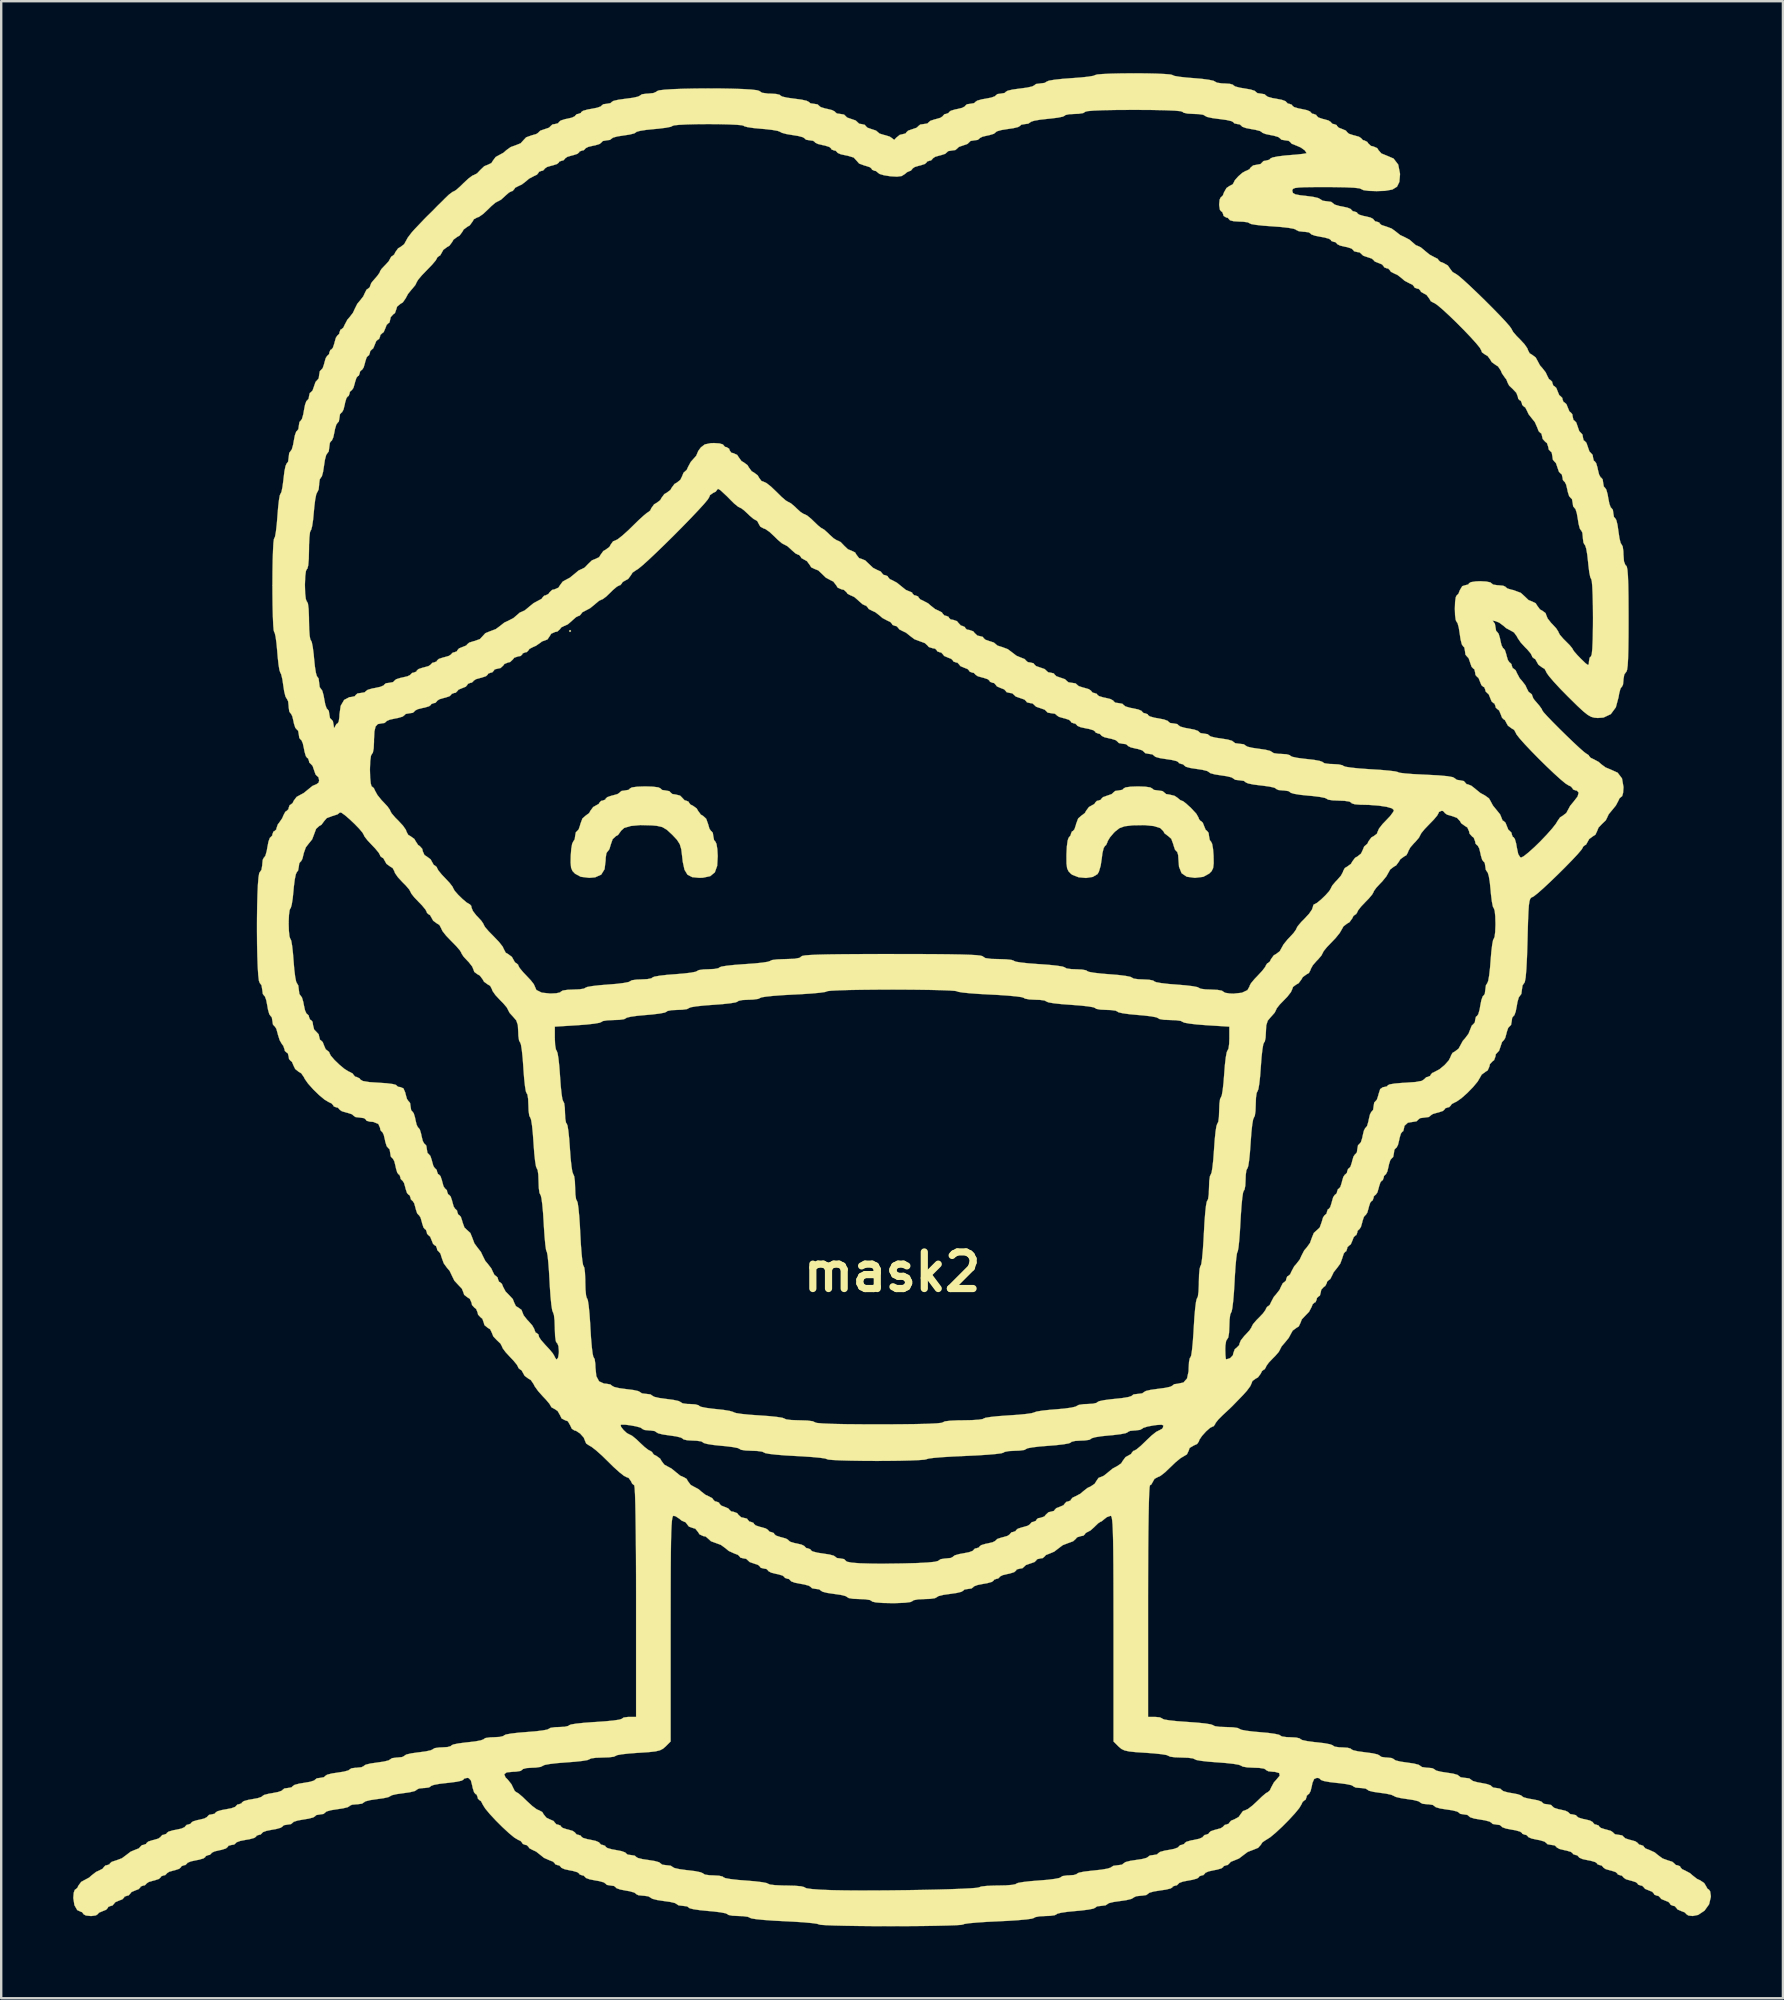
<source format=kicad_pcb>
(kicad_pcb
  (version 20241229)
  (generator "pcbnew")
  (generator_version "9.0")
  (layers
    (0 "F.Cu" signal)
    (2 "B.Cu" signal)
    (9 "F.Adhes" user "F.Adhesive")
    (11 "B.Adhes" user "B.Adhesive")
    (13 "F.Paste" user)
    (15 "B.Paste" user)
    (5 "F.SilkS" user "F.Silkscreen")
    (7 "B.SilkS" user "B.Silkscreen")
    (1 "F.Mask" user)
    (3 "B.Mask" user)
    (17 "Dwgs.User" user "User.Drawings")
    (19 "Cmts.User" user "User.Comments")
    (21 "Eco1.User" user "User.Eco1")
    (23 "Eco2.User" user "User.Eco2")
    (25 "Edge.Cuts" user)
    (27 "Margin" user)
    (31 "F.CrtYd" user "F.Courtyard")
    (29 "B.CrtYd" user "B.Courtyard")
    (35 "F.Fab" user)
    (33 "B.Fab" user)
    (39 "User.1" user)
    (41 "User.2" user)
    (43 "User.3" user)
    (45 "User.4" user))
  (footprint "mask2"
    (layer "F.Cu")
    (at 34.126 49.958)
    (property "Reference" "mask2" (at 0 0 0) (layer "F.SilkS") (effects (font (size 1.524 1.524) (thickness 0.3))))
    (attr through_hole)
    (fp_poly (pts (xy -13.377 -26.712) (xy -13.42 -26.67) (xy -13.462 -26.712) (xy -13.42 -26.755) (xy -13.377 -26.712)) (stroke (width 0.01) (type solid)) (fill yes) (layer "F.SilkS"))
    (fp_poly (pts (xy -9.967 -20.225) (xy -9.744 -20.196) (xy -9.653 -20.155) (xy -9.652 -20.151) (xy -9.58 -20.087) (xy -9.44 -20.066) (xy -9.281 -20.037) (xy -9.229 -19.981) (xy -9.156 -19.918) (xy -9.014 -19.897) (xy -8.834 -19.852) (xy -8.751 -19.77) (xy -8.645 -19.657) (xy -8.585 -19.643) (xy -8.478 -19.597) (xy -8.467 -19.564) (xy -8.397 -19.477) (xy -8.302 -19.432) (xy -8.14 -19.315) (xy -8.086 -19.219) (xy -7.969 -19.06) (xy -7.879 -19.009) (xy -7.746 -18.887) (xy -7.667 -18.666) (xy -7.611 -18.472) (xy -7.542 -18.375) (xy -7.531 -18.373) (xy -7.47 -18.3) (xy -7.451 -18.168) (xy -7.419 -18) (xy -7.363 -17.934) (xy -7.318 -17.841) (xy -7.283 -17.626) (xy -7.266 -17.334) (xy -7.266 -17.334) (xy -7.289 -16.924) (xy -7.387 -16.652) (xy -7.579 -16.495) (xy -7.884 -16.43) (xy -8.037 -16.425) (xy -8.329 -16.454) (xy -8.526 -16.556) (xy -8.65 -16.761) (xy -8.723 -17.094) (xy -8.746 -17.296) (xy -8.784 -17.613) (xy -8.847 -17.828) (xy -8.963 -18.009) (xy -9.157 -18.217) (xy -9.382 -18.425) (xy -9.572 -18.539) (xy -9.802 -18.592) (xy -10.005 -18.611) (xy -10.493 -18.624) (xy -10.887 -18.587) (xy -11.163 -18.505) (xy -11.299 -18.383) (xy -11.303 -18.372) (xy -11.419 -18.213) (xy -11.51 -18.162) (xy -11.643 -18.04) (xy -11.721 -17.819) (xy -11.778 -17.625) (xy -11.846 -17.528) (xy -11.857 -17.526) (xy -11.905 -17.45) (xy -11.934 -17.259) (xy -11.938 -17.146) (xy -11.981 -16.787) (xy -12.121 -16.559) (xy -12.375 -16.446) (xy -12.621 -16.425) (xy -12.974 -16.469) (xy -13.212 -16.598) (xy -13.32 -16.712) (xy -13.377 -16.847) (xy -13.396 -17.056) (xy -13.391 -17.339) (xy -13.37 -17.63) (xy -13.333 -17.844) (xy -13.289 -17.935) (xy -13.227 -18.031) (xy -13.208 -18.168) (xy -13.179 -18.324) (xy -13.127 -18.373) (xy -13.06 -18.447) (xy -12.999 -18.628) (xy -12.991 -18.666) (xy -12.905 -18.899) (xy -12.78 -19.009) (xy -12.624 -19.126) (xy -12.573 -19.219) (xy -12.455 -19.378) (xy -12.357 -19.432) (xy -12.222 -19.508) (xy -12.192 -19.564) (xy -12.123 -19.634) (xy -12.065 -19.643) (xy -11.952 -19.686) (xy -11.938 -19.723) (xy -11.864 -19.791) (xy -11.682 -19.852) (xy -11.642 -19.86) (xy -11.446 -19.915) (xy -11.348 -19.98) (xy -11.345 -19.991) (xy -11.273 -20.047) (xy -11.134 -20.066) (xy -10.975 -20.095) (xy -10.922 -20.151) (xy -10.843 -20.193) (xy -10.63 -20.223) (xy -10.317 -20.235) (xy -10.287 -20.235) (xy -9.967 -20.225)) (stroke (width 0.01) (type solid)) (fill yes) (layer "F.SilkS"))
    (fp_poly (pts (xy 10.549 -20.224) (xy 10.759 -20.194) (xy 10.837 -20.151) (xy 10.837 -20.151) (xy 10.911 -20.091) (xy 11.088 -20.066) (xy 11.091 -20.066) (xy 11.27 -20.041) (xy 11.345 -19.982) (xy 11.345 -19.981) (xy 11.418 -19.917) (xy 11.551 -19.897) (xy 11.766 -19.846) (xy 11.884 -19.77) (xy 12.009 -19.667) (xy 12.065 -19.643) (xy 12.131 -19.617) (xy 12.251 -19.524) (xy 12.456 -19.337) (xy 12.464 -19.329) (xy 12.677 -19.1) (xy 12.779 -18.921) (xy 12.785 -18.884) (xy 12.846 -18.799) (xy 12.868 -18.796) (xy 12.948 -18.724) (xy 13.004 -18.584) (xy 13.069 -18.426) (xy 13.133 -18.373) (xy 13.19 -18.3) (xy 13.208 -18.168) (xy 13.239 -18) (xy 13.292 -17.935) (xy 13.338 -17.843) (xy 13.376 -17.628) (xy 13.398 -17.343) (xy 13.403 -17.03) (xy 13.38 -16.834) (xy 13.317 -16.704) (xy 13.216 -16.602) (xy 12.968 -16.467) (xy 12.621 -16.425) (xy 12.281 -16.471) (xy 12.065 -16.618) (xy 11.958 -16.886) (xy 11.938 -17.146) (xy 11.922 -17.373) (xy 11.881 -17.509) (xy 11.857 -17.526) (xy 11.79 -17.6) (xy 11.729 -17.782) (xy 11.721 -17.819) (xy 11.635 -18.053) (xy 11.51 -18.162) (xy 11.354 -18.28) (xy 11.303 -18.372) (xy 11.179 -18.497) (xy 10.912 -18.582) (xy 10.525 -18.622) (xy 10.042 -18.614) (xy 10.002 -18.611) (xy 9.693 -18.574) (xy 9.483 -18.5) (xy 9.301 -18.36) (xy 9.242 -18.302) (xy 9.08 -18.111) (xy 8.985 -17.953) (xy 8.975 -17.911) (xy 8.915 -17.784) (xy 8.877 -17.762) (xy 8.818 -17.666) (xy 8.766 -17.453) (xy 8.739 -17.234) (xy 8.693 -16.931) (xy 8.62 -16.684) (xy 8.563 -16.582) (xy 8.365 -16.464) (xy 8.081 -16.42) (xy 7.774 -16.449) (xy 7.512 -16.55) (xy 7.451 -16.595) (xy 7.351 -16.699) (xy 7.294 -16.826) (xy 7.269 -17.022) (xy 7.267 -17.331) (xy 7.268 -17.42) (xy 7.284 -17.734) (xy 7.316 -17.974) (xy 7.356 -18.097) (xy 7.366 -18.104) (xy 7.443 -18.202) (xy 7.451 -18.253) (xy 7.497 -18.361) (xy 7.531 -18.373) (xy 7.599 -18.447) (xy 7.66 -18.628) (xy 7.667 -18.666) (xy 7.754 -18.899) (xy 7.879 -19.009) (xy 8.034 -19.126) (xy 8.086 -19.219) (xy 8.204 -19.378) (xy 8.302 -19.432) (xy 8.436 -19.508) (xy 8.467 -19.564) (xy 8.535 -19.634) (xy 8.594 -19.643) (xy 8.706 -19.685) (xy 8.721 -19.721) (xy 8.794 -19.791) (xy 8.97 -19.853) (xy 8.975 -19.854) (xy 9.152 -19.916) (xy 9.229 -19.987) (xy 9.229 -19.988) (xy 9.301 -20.047) (xy 9.44 -20.066) (xy 9.599 -20.095) (xy 9.652 -20.151) (xy 9.73 -20.194) (xy 9.94 -20.224) (xy 10.244 -20.235) (xy 10.245 -20.235) (xy 10.549 -20.224)) (stroke (width 0.01) (type solid)) (fill yes) (layer "F.SilkS"))
    (fp_poly (pts (xy 10.576 -49.95) (xy 11.014 -49.94) (xy 11.361 -49.924) (xy 11.593 -49.905) (xy 11.684 -49.883) (xy 11.684 -49.881) (xy 11.763 -49.846) (xy 11.975 -49.809) (xy 12.286 -49.774) (xy 12.552 -49.753) (xy 12.916 -49.722) (xy 13.21 -49.682) (xy 13.399 -49.641) (xy 13.448 -49.613) (xy 13.542 -49.563) (xy 13.745 -49.533) (xy 13.85 -49.53) (xy 14.075 -49.515) (xy 14.208 -49.477) (xy 14.224 -49.455) (xy 14.3 -49.405) (xy 14.497 -49.353) (xy 14.69 -49.322) (xy 14.944 -49.277) (xy 15.113 -49.223) (xy 15.155 -49.185) (xy 15.228 -49.126) (xy 15.367 -49.107) (xy 15.526 -49.08) (xy 15.579 -49.03) (xy 15.655 -48.976) (xy 15.849 -48.921) (xy 16.002 -48.895) (xy 16.243 -48.848) (xy 16.396 -48.792) (xy 16.425 -48.76) (xy 16.494 -48.692) (xy 16.552 -48.683) (xy 16.665 -48.64) (xy 16.679 -48.604) (xy 16.755 -48.545) (xy 16.946 -48.488) (xy 17.06 -48.467) (xy 17.287 -48.418) (xy 17.424 -48.36) (xy 17.441 -48.335) (xy 17.51 -48.268) (xy 17.568 -48.26) (xy 17.681 -48.216) (xy 17.695 -48.179) (xy 17.769 -48.112) (xy 17.951 -48.051) (xy 17.992 -48.043) (xy 18.187 -47.987) (xy 18.285 -47.923) (xy 18.288 -47.912) (xy 18.357 -47.845) (xy 18.415 -47.837) (xy 18.528 -47.796) (xy 18.542 -47.761) (xy 18.614 -47.687) (xy 18.754 -47.633) (xy 18.912 -47.566) (xy 18.965 -47.5) (xy 19.039 -47.434) (xy 19.221 -47.374) (xy 19.262 -47.365) (xy 19.457 -47.31) (xy 19.555 -47.245) (xy 19.558 -47.235) (xy 19.626 -47.166) (xy 19.676 -47.159) (xy 19.807 -47.091) (xy 19.843 -47.032) (xy 19.958 -46.927) (xy 20.058 -46.905) (xy 20.218 -46.835) (xy 20.274 -46.746) (xy 20.393 -46.612) (xy 20.588 -46.534) (xy 20.9 -46.401) (xy 21.093 -46.149) (xy 21.166 -45.777) (xy 21.167 -45.726) (xy 21.14 -45.427) (xy 21.043 -45.228) (xy 20.85 -45.109) (xy 20.537 -45.054) (xy 20.192 -45.043) (xy 19.872 -45.053) (xy 19.65 -45.082) (xy 19.559 -45.123) (xy 19.558 -45.127) (xy 19.475 -45.16) (xy 19.236 -45.186) (xy 18.852 -45.203) (xy 18.335 -45.211) (xy 18.119 -45.212) (xy 17.593 -45.211) (xy 17.214 -45.206) (xy 16.956 -45.194) (xy 16.798 -45.174) (xy 16.715 -45.141) (xy 16.683 -45.095) (xy 16.679 -45.055) (xy 16.705 -44.968) (xy 16.804 -44.91) (xy 17.013 -44.87) (xy 17.25 -44.844) (xy 17.542 -44.806) (xy 17.757 -44.756) (xy 17.85 -44.705) (xy 17.85 -44.705) (xy 17.946 -44.644) (xy 18.126 -44.619) (xy 18.301 -44.596) (xy 18.373 -44.54) (xy 18.448 -44.481) (xy 18.639 -44.424) (xy 18.754 -44.403) (xy 18.98 -44.354) (xy 19.117 -44.296) (xy 19.135 -44.271) (xy 19.203 -44.204) (xy 19.262 -44.196) (xy 19.374 -44.156) (xy 19.389 -44.122) (xy 19.463 -44.064) (xy 19.65 -44.008) (xy 19.727 -43.994) (xy 19.939 -43.942) (xy 20.057 -43.877) (xy 20.066 -43.856) (xy 20.135 -43.782) (xy 20.193 -43.773) (xy 20.306 -43.733) (xy 20.32 -43.699) (xy 20.393 -43.633) (xy 20.571 -43.574) (xy 20.585 -43.571) (xy 20.82 -43.484) (xy 20.988 -43.361) (xy 21.178 -43.211) (xy 21.336 -43.138) (xy 21.557 -43.024) (xy 21.685 -42.914) (xy 21.825 -42.792) (xy 21.914 -42.757) (xy 22.032 -42.702) (xy 22.195 -42.568) (xy 22.207 -42.555) (xy 22.405 -42.395) (xy 22.592 -42.295) (xy 22.736 -42.223) (xy 22.775 -42.167) (xy 22.847 -42.097) (xy 22.981 -42.046) (xy 23.16 -41.945) (xy 23.24 -41.829) (xy 23.358 -41.672) (xy 23.473 -41.607) (xy 23.586 -41.532) (xy 23.788 -41.361) (xy 24.056 -41.117) (xy 24.366 -40.822) (xy 24.696 -40.501) (xy 25.022 -40.175) (xy 25.321 -39.869) (xy 25.569 -39.604) (xy 25.744 -39.404) (xy 25.821 -39.292) (xy 25.823 -39.283) (xy 25.88 -39.179) (xy 26.027 -39.007) (xy 26.162 -38.872) (xy 26.351 -38.669) (xy 26.474 -38.493) (xy 26.501 -38.415) (xy 26.571 -38.283) (xy 26.666 -38.228) (xy 26.822 -38.111) (xy 26.889 -37.99) (xy 27.002 -37.779) (xy 27.093 -37.677) (xy 27.239 -37.49) (xy 27.299 -37.359) (xy 27.374 -37.212) (xy 27.438 -37.169) (xy 27.508 -37.1) (xy 27.517 -37.042) (xy 27.562 -36.929) (xy 27.6 -36.915) (xy 27.68 -36.843) (xy 27.736 -36.703) (xy 27.801 -36.545) (xy 27.865 -36.491) (xy 27.932 -36.423) (xy 27.94 -36.364) (xy 27.985 -36.252) (xy 28.023 -36.237) (xy 28.103 -36.165) (xy 28.159 -36.026) (xy 28.225 -35.867) (xy 28.288 -35.814) (xy 28.349 -35.743) (xy 28.363 -35.645) (xy 28.396 -35.507) (xy 28.441 -35.475) (xy 28.512 -35.402) (xy 28.574 -35.226) (xy 28.575 -35.221) (xy 28.636 -35.044) (xy 28.707 -34.967) (xy 28.709 -34.967) (xy 28.772 -34.896) (xy 28.787 -34.798) (xy 28.819 -34.66) (xy 28.865 -34.629) (xy 28.935 -34.556) (xy 28.997 -34.38) (xy 28.998 -34.375) (xy 29.06 -34.197) (xy 29.131 -34.121) (xy 29.132 -34.121) (xy 29.195 -34.05) (xy 29.21 -33.951) (xy 29.241 -33.814) (xy 29.284 -33.782) (xy 29.342 -33.707) (xy 29.398 -33.52) (xy 29.412 -33.443) (xy 29.464 -33.232) (xy 29.529 -33.114) (xy 29.55 -33.105) (xy 29.613 -33.032) (xy 29.633 -32.893) (xy 29.66 -32.734) (xy 29.71 -32.681) (xy 29.764 -32.605) (xy 29.819 -32.411) (xy 29.845 -32.258) (xy 29.892 -32.017) (xy 29.948 -31.864) (xy 29.98 -31.835) (xy 30.038 -31.762) (xy 30.057 -31.623) (xy 30.083 -31.464) (xy 30.135 -31.411) (xy 30.182 -31.334) (xy 30.232 -31.133) (xy 30.271 -30.861) (xy 30.312 -30.581) (xy 30.361 -30.383) (xy 30.405 -30.311) (xy 30.448 -30.235) (xy 30.475 -30.04) (xy 30.48 -29.894) (xy 30.501 -29.614) (xy 30.56 -29.46) (xy 30.586 -29.443) (xy 30.62 -29.391) (xy 30.646 -29.252) (xy 30.666 -29.01) (xy 30.68 -28.651) (xy 30.688 -28.158) (xy 30.691 -27.517) (xy 30.692 -27.22) (xy 30.69 -26.517) (xy 30.683 -25.967) (xy 30.672 -25.557) (xy 30.655 -25.271) (xy 30.631 -25.093) (xy 30.6 -25.009) (xy 30.586 -24.998) (xy 30.514 -24.898) (xy 30.48 -24.701) (xy 30.48 -24.673) (xy 30.461 -24.48) (xy 30.415 -24.386) (xy 30.406 -24.384) (xy 30.354 -24.308) (xy 30.302 -24.113) (xy 30.275 -23.953) (xy 30.162 -23.531) (xy 29.953 -23.248) (xy 29.649 -23.105) (xy 29.409 -23.087) (xy 29.261 -23.1) (xy 29.129 -23.137) (xy 28.986 -23.219) (xy 28.807 -23.362) (xy 28.565 -23.586) (xy 28.237 -23.909) (xy 28.156 -23.989) (xy 27.841 -24.31) (xy 27.575 -24.598) (xy 27.379 -24.827) (xy 27.274 -24.974) (xy 27.263 -25.006) (xy 27.192 -25.134) (xy 27.098 -25.187) (xy 26.935 -25.307) (xy 26.88 -25.404) (xy 26.804 -25.539) (xy 26.749 -25.569) (xy 26.674 -25.635) (xy 26.67 -25.665) (xy 26.613 -25.776) (xy 26.468 -25.947) (xy 26.384 -26.03) (xy 26.197 -26.234) (xy 26.066 -26.425) (xy 26.041 -26.481) (xy 25.919 -26.65) (xy 25.798 -26.72) (xy 25.587 -26.833) (xy 25.485 -26.924) (xy 25.302 -27.06) (xy 25.146 -27.123) (xy 25.027 -27.146) (xy 25.04 -27.128) (xy 25.122 -27.014) (xy 25.146 -26.875) (xy 25.172 -26.719) (xy 25.22 -26.67) (xy 25.278 -26.595) (xy 25.334 -26.408) (xy 25.348 -26.331) (xy 25.398 -26.12) (xy 25.458 -26.002) (xy 25.476 -25.993) (xy 25.539 -25.919) (xy 25.598 -25.737) (xy 25.606 -25.696) (xy 25.663 -25.501) (xy 25.731 -25.403) (xy 25.743 -25.4) (xy 25.814 -25.331) (xy 25.823 -25.273) (xy 25.866 -25.16) (xy 25.902 -25.146) (xy 25.986 -25.076) (xy 26.041 -24.956) (xy 26.154 -24.744) (xy 26.247 -24.638) (xy 26.392 -24.451) (xy 26.452 -24.32) (xy 26.528 -24.173) (xy 26.591 -24.13) (xy 26.667 -24.065) (xy 26.67 -24.039) (xy 26.722 -23.904) (xy 26.776 -23.831) (xy 26.978 -23.596) (xy 27.077 -23.457) (xy 27.093 -23.409) (xy 27.151 -23.326) (xy 27.307 -23.154) (xy 27.534 -22.918) (xy 27.807 -22.643) (xy 28.1 -22.356) (xy 28.385 -22.082) (xy 28.638 -21.846) (xy 28.832 -21.675) (xy 28.941 -21.593) (xy 28.951 -21.59) (xy 29.037 -21.533) (xy 29.041 -21.511) (xy 29.111 -21.428) (xy 29.231 -21.372) (xy 29.445 -21.257) (xy 29.554 -21.16) (xy 29.735 -21.026) (xy 29.926 -20.948) (xy 30.237 -20.808) (xy 30.419 -20.568) (xy 30.48 -20.213) (xy 30.48 -20.193) (xy 30.464 -19.966) (xy 30.425 -19.829) (xy 30.401 -19.812) (xy 30.317 -19.742) (xy 30.264 -19.629) (xy 30.163 -19.439) (xy 30.004 -19.244) (xy 29.866 -19.077) (xy 29.803 -18.945) (xy 29.803 -18.939) (xy 29.741 -18.82) (xy 29.592 -18.678) (xy 29.591 -18.677) (xy 29.44 -18.519) (xy 29.379 -18.367) (xy 29.309 -18.22) (xy 29.214 -18.162) (xy 29.052 -18.043) (xy 28.997 -17.945) (xy 28.921 -17.81) (xy 28.866 -17.78) (xy 28.79 -17.715) (xy 28.787 -17.69) (xy 28.728 -17.595) (xy 28.57 -17.41) (xy 28.336 -17.16) (xy 28.052 -16.869) (xy 27.742 -16.561) (xy 27.432 -16.262) (xy 27.146 -15.995) (xy 26.908 -15.785) (xy 26.744 -15.656) (xy 26.696 -15.629) (xy 26.638 -15.603) (xy 26.594 -15.55) (xy 26.562 -15.448) (xy 26.537 -15.276) (xy 26.519 -15.011) (xy 26.503 -14.631) (xy 26.488 -14.115) (xy 26.481 -13.824) (xy 26.46 -13.143) (xy 26.434 -12.629) (xy 26.404 -12.277) (xy 26.368 -12.083) (xy 26.342 -12.04) (xy 26.274 -11.942) (xy 26.247 -11.762) (xy 26.224 -11.586) (xy 26.17 -11.515) (xy 26.116 -11.439) (xy 26.061 -11.245) (xy 26.035 -11.091) (xy 25.988 -10.85) (xy 25.932 -10.697) (xy 25.9 -10.668) (xy 25.842 -10.595) (xy 25.823 -10.456) (xy 25.796 -10.297) (xy 25.743 -10.245) (xy 25.675 -10.171) (xy 25.614 -9.989) (xy 25.606 -9.948) (xy 25.552 -9.753) (xy 25.492 -9.655) (xy 25.482 -9.652) (xy 25.418 -9.579) (xy 25.359 -9.403) (xy 25.358 -9.398) (xy 25.296 -9.22) (xy 25.225 -9.144) (xy 25.224 -9.144) (xy 25.159 -9.073) (xy 25.146 -8.984) (xy 25.087 -8.826) (xy 25.019 -8.775) (xy 24.913 -8.66) (xy 24.892 -8.56) (xy 24.821 -8.401) (xy 24.727 -8.341) (xy 24.569 -8.223) (xy 24.505 -8.109) (xy 24.403 -7.935) (xy 24.21 -7.703) (xy 23.97 -7.457) (xy 23.727 -7.242) (xy 23.524 -7.1) (xy 23.467 -7.074) (xy 23.323 -6.998) (xy 23.283 -6.937) (xy 23.215 -6.867) (xy 23.156 -6.858) (xy 23.044 -6.814) (xy 23.029 -6.777) (xy 22.955 -6.71) (xy 22.773 -6.649) (xy 22.733 -6.641) (xy 22.538 -6.585) (xy 22.439 -6.521) (xy 22.437 -6.51) (xy 22.363 -6.457) (xy 22.186 -6.435) (xy 22.183 -6.435) (xy 22.004 -6.41) (xy 21.929 -6.351) (xy 21.929 -6.35) (xy 21.858 -6.28) (xy 21.766 -6.265) (xy 21.494 -6.22) (xy 21.353 -6.09) (xy 21.336 -6.002) (xy 21.303 -5.87) (xy 21.262 -5.842) (xy 21.204 -5.767) (xy 21.148 -5.58) (xy 21.134 -5.503) (xy 21.082 -5.292) (xy 21.017 -5.174) (xy 20.996 -5.165) (xy 20.933 -5.092) (xy 20.913 -4.953) (xy 20.884 -4.794) (xy 20.829 -4.741) (xy 20.765 -4.666) (xy 20.706 -4.479) (xy 20.691 -4.403) (xy 20.641 -4.191) (xy 20.581 -4.073) (xy 20.563 -4.064) (xy 20.498 -3.995) (xy 20.489 -3.937) (xy 20.449 -3.824) (xy 20.414 -3.81) (xy 20.351 -3.736) (xy 20.292 -3.554) (xy 20.283 -3.514) (xy 20.226 -3.318) (xy 20.158 -3.22) (xy 20.147 -3.217) (xy 20.075 -3.149) (xy 20.066 -3.09) (xy 20.025 -2.978) (xy 19.991 -2.963) (xy 19.927 -2.889) (xy 19.868 -2.707) (xy 19.86 -2.667) (xy 19.804 -2.472) (xy 19.738 -2.373) (xy 19.727 -2.371) (xy 19.663 -2.297) (xy 19.603 -2.115) (xy 19.595 -2.074) (xy 19.539 -1.879) (xy 19.475 -1.781) (xy 19.464 -1.778) (xy 19.397 -1.709) (xy 19.389 -1.651) (xy 19.348 -1.538) (xy 19.313 -1.524) (xy 19.239 -1.452) (xy 19.185 -1.312) (xy 19.117 -1.154) (xy 19.048 -1.101) (xy 18.975 -1.032) (xy 18.965 -0.974) (xy 18.925 -0.861) (xy 18.891 -0.847) (xy 18.826 -0.773) (xy 18.767 -0.595) (xy 18.764 -0.581) (xy 18.677 -0.347) (xy 18.554 -0.179) (xy 18.402 0.011) (xy 18.337 0.148) (xy 18.261 0.296) (xy 18.198 0.339) (xy 18.126 0.407) (xy 18.119 0.457) (xy 18.05 0.587) (xy 17.992 0.623) (xy 17.887 0.738) (xy 17.865 0.844) (xy 17.83 0.983) (xy 17.78 1.016) (xy 17.705 1.085) (xy 17.695 1.143) (xy 17.65 1.256) (xy 17.612 1.27) (xy 17.53 1.341) (xy 17.48 1.465) (xy 17.377 1.659) (xy 17.225 1.816) (xy 17.076 1.974) (xy 17.018 2.123) (xy 16.947 2.27) (xy 16.853 2.327) (xy 16.694 2.445) (xy 16.631 2.558) (xy 16.531 2.745) (xy 16.373 2.939) (xy 16.235 3.1) (xy 16.172 3.221) (xy 16.171 3.227) (xy 16.114 3.332) (xy 15.969 3.499) (xy 15.875 3.593) (xy 15.7 3.776) (xy 15.594 3.923) (xy 15.579 3.968) (xy 15.524 4.059) (xy 15.5 4.064) (xy 15.413 4.134) (xy 15.368 4.229) (xy 15.249 4.392) (xy 15.151 4.446) (xy 15.016 4.545) (xy 14.986 4.629) (xy 14.93 4.756) (xy 14.785 4.952) (xy 14.626 5.129) (xy 14.42 5.342) (xy 14.255 5.512) (xy 14.182 5.587) (xy 14.072 5.694) (xy 13.889 5.864) (xy 13.78 5.965) (xy 13.597 6.148) (xy 13.482 6.294) (xy 13.462 6.344) (xy 13.399 6.431) (xy 13.374 6.435) (xy 13.252 6.496) (xy 13.084 6.645) (xy 12.919 6.828) (xy 12.806 6.994) (xy 12.785 7.063) (xy 12.713 7.168) (xy 12.573 7.231) (xy 12.399 7.334) (xy 12.361 7.447) (xy 12.288 7.601) (xy 12.177 7.667) (xy 12.025 7.757) (xy 11.81 7.933) (xy 11.597 8.138) (xy 11.377 8.348) (xy 11.185 8.497) (xy 11.067 8.551) (xy 10.936 8.622) (xy 10.88 8.721) (xy 10.804 8.857) (xy 10.747 8.89) (xy 10.73 8.973) (xy 10.715 9.216) (xy 10.702 9.61) (xy 10.691 10.144) (xy 10.681 10.81) (xy 10.674 11.598) (xy 10.67 12.499) (xy 10.668 13.504) (xy 10.668 13.716) (xy 10.668 18.542) (xy 10.964 18.542) (xy 11.16 18.561) (xy 11.258 18.607) (xy 11.261 18.616) (xy 11.34 18.649) (xy 11.556 18.685) (xy 11.878 18.72) (xy 12.273 18.749) (xy 12.319 18.752) (xy 12.72 18.781) (xy 13.051 18.815) (xy 13.28 18.852) (xy 13.376 18.886) (xy 13.377 18.889) (xy 13.455 18.928) (xy 13.657 18.955) (xy 13.928 18.965) (xy 14.208 18.976) (xy 14.406 19.004) (xy 14.478 19.041) (xy 14.557 19.078) (xy 14.769 19.118) (xy 15.078 19.156) (xy 15.325 19.177) (xy 15.68 19.209) (xy 15.962 19.249) (xy 16.134 19.288) (xy 16.171 19.313) (xy 16.247 19.356) (xy 16.442 19.384) (xy 16.595 19.389) (xy 16.836 19.402) (xy 16.989 19.437) (xy 17.018 19.465) (xy 17.096 19.507) (xy 17.303 19.551) (xy 17.599 19.591) (xy 17.695 19.6) (xy 18.01 19.637) (xy 18.246 19.681) (xy 18.366 19.725) (xy 18.373 19.736) (xy 18.448 19.781) (xy 18.64 19.809) (xy 18.754 19.812) (xy 18.981 19.827) (xy 19.117 19.864) (xy 19.135 19.886) (xy 19.212 19.93) (xy 19.416 19.976) (xy 19.703 20.015) (xy 19.727 20.018) (xy 20.019 20.057) (xy 20.231 20.105) (xy 20.319 20.152) (xy 20.32 20.156) (xy 20.394 20.208) (xy 20.577 20.235) (xy 20.616 20.235) (xy 20.812 20.254) (xy 20.91 20.3) (xy 20.913 20.31) (xy 20.99 20.356) (xy 21.191 20.405) (xy 21.463 20.444) (xy 21.743 20.485) (xy 21.941 20.535) (xy 22.013 20.581) (xy 22.088 20.632) (xy 22.271 20.658) (xy 22.31 20.659) (xy 22.506 20.677) (xy 22.603 20.723) (xy 22.606 20.732) (xy 22.683 20.78) (xy 22.882 20.829) (xy 23.114 20.864) (xy 23.382 20.906) (xy 23.566 20.958) (xy 23.622 21.002) (xy 23.696 21.058) (xy 23.873 21.082) (xy 23.876 21.082) (xy 24.054 21.104) (xy 24.13 21.158) (xy 24.13 21.159) (xy 24.206 21.213) (xy 24.4 21.267) (xy 24.553 21.294) (xy 24.794 21.341) (xy 24.948 21.397) (xy 24.977 21.429) (xy 25.049 21.486) (xy 25.188 21.505) (xy 25.347 21.532) (xy 25.4 21.582) (xy 25.476 21.636) (xy 25.67 21.691) (xy 25.823 21.717) (xy 26.064 21.762) (xy 26.218 21.815) (xy 26.247 21.844) (xy 26.323 21.894) (xy 26.517 21.945) (xy 26.67 21.971) (xy 26.911 22.018) (xy 27.064 22.074) (xy 27.093 22.106) (xy 27.166 22.164) (xy 27.305 22.183) (xy 27.464 22.211) (xy 27.517 22.266) (xy 27.592 22.331) (xy 27.779 22.39) (xy 27.855 22.404) (xy 28.067 22.454) (xy 28.185 22.514) (xy 28.194 22.532) (xy 28.265 22.592) (xy 28.363 22.606) (xy 28.501 22.637) (xy 28.533 22.68) (xy 28.607 22.738) (xy 28.794 22.794) (xy 28.871 22.808) (xy 29.083 22.86) (xy 29.201 22.925) (xy 29.21 22.946) (xy 29.279 23.02) (xy 29.337 23.029) (xy 29.45 23.07) (xy 29.464 23.105) (xy 29.538 23.168) (xy 29.72 23.227) (xy 29.76 23.235) (xy 29.956 23.292) (xy 30.054 23.36) (xy 30.057 23.372) (xy 30.129 23.433) (xy 30.268 23.453) (xy 30.427 23.48) (xy 30.48 23.533) (xy 30.554 23.601) (xy 30.736 23.662) (xy 30.776 23.67) (xy 30.972 23.725) (xy 31.07 23.79) (xy 31.073 23.801) (xy 31.141 23.868) (xy 31.2 23.876) (xy 31.312 23.917) (xy 31.327 23.951) (xy 31.399 24.025) (xy 31.554 24.084) (xy 31.782 24.188) (xy 31.924 24.305) (xy 32.11 24.44) (xy 32.331 24.521) (xy 32.514 24.578) (xy 32.596 24.645) (xy 32.597 24.649) (xy 32.665 24.714) (xy 32.724 24.723) (xy 32.836 24.765) (xy 32.851 24.802) (xy 32.921 24.885) (xy 33.041 24.941) (xy 33.253 25.053) (xy 33.359 25.146) (xy 33.546 25.292) (xy 33.672 25.35) (xy 33.843 25.464) (xy 33.91 25.574) (xy 33.986 25.708) (xy 34.042 25.739) (xy 34.093 25.813) (xy 34.12 25.997) (xy 34.121 26.042) (xy 34.048 26.351) (xy 33.857 26.617) (xy 33.592 26.793) (xy 33.365 26.839) (xy 33.184 26.818) (xy 33.105 26.766) (xy 33.105 26.764) (xy 33.033 26.689) (xy 32.893 26.635) (xy 32.734 26.567) (xy 32.681 26.499) (xy 32.613 26.425) (xy 32.554 26.416) (xy 32.442 26.371) (xy 32.427 26.333) (xy 32.355 26.253) (xy 32.216 26.197) (xy 32.057 26.131) (xy 32.004 26.068) (xy 31.935 26.001) (xy 31.877 25.993) (xy 31.764 25.948) (xy 31.75 25.91) (xy 31.678 25.829) (xy 31.538 25.773) (xy 31.38 25.708) (xy 31.327 25.645) (xy 31.258 25.578) (xy 31.2 25.569) (xy 31.087 25.529) (xy 31.073 25.494) (xy 30.999 25.431) (xy 30.817 25.372) (xy 30.776 25.363) (xy 30.581 25.306) (xy 30.483 25.238) (xy 30.48 25.227) (xy 30.411 25.155) (xy 30.353 25.146) (xy 30.24 25.105) (xy 30.226 25.071) (xy 30.152 25.007) (xy 29.97 24.948) (xy 29.93 24.94) (xy 29.734 24.883) (xy 29.636 24.815) (xy 29.633 24.803) (xy 29.565 24.732) (xy 29.506 24.723) (xy 29.394 24.682) (xy 29.379 24.648) (xy 29.304 24.592) (xy 29.113 24.536) (xy 28.998 24.515) (xy 28.772 24.466) (xy 28.635 24.405) (xy 28.617 24.379) (xy 28.549 24.308) (xy 28.49 24.299) (xy 28.378 24.259) (xy 28.363 24.225) (xy 28.289 24.167) (xy 28.102 24.112) (xy 28.025 24.097) (xy 27.813 24.045) (xy 27.695 23.98) (xy 27.686 23.96) (xy 27.614 23.897) (xy 27.474 23.876) (xy 27.315 23.849) (xy 27.263 23.797) (xy 27.187 23.738) (xy 26.996 23.681) (xy 26.882 23.66) (xy 26.655 23.611) (xy 26.518 23.553) (xy 26.501 23.528) (xy 26.432 23.461) (xy 26.374 23.453) (xy 26.261 23.411) (xy 26.247 23.376) (xy 26.171 23.322) (xy 25.977 23.267) (xy 25.823 23.241) (xy 25.582 23.194) (xy 25.429 23.138) (xy 25.4 23.106) (xy 25.327 23.048) (xy 25.188 23.029) (xy 25.029 23.004) (xy 24.977 22.954) (xy 24.9 22.904) (xy 24.703 22.852) (xy 24.511 22.821) (xy 24.256 22.777) (xy 24.087 22.722) (xy 24.045 22.685) (xy 23.973 22.625) (xy 23.834 22.606) (xy 23.674 22.581) (xy 23.622 22.532) (xy 23.545 22.485) (xy 23.346 22.435) (xy 23.114 22.401) (xy 22.846 22.359) (xy 22.662 22.306) (xy 22.606 22.263) (xy 22.532 22.21) (xy 22.349 22.183) (xy 22.31 22.183) (xy 22.114 22.163) (xy 22.016 22.116) (xy 22.013 22.106) (xy 21.936 22.058) (xy 21.736 22.007) (xy 21.484 21.969) (xy 21.201 21.926) (xy 20.991 21.876) (xy 20.908 21.834) (xy 20.805 21.787) (xy 20.584 21.739) (xy 20.336 21.705) (xy 20.064 21.666) (xy 19.874 21.619) (xy 19.812 21.578) (xy 19.738 21.53) (xy 19.554 21.506) (xy 19.516 21.505) (xy 19.32 21.486) (xy 19.222 21.439) (xy 19.219 21.429) (xy 19.141 21.387) (xy 18.935 21.343) (xy 18.639 21.303) (xy 18.542 21.294) (xy 18.228 21.257) (xy 17.991 21.213) (xy 17.872 21.169) (xy 17.865 21.158) (xy 17.794 21.095) (xy 17.706 21.082) (xy 17.59 21.129) (xy 17.518 21.293) (xy 17.493 21.421) (xy 17.441 21.632) (xy 17.376 21.75) (xy 17.356 21.759) (xy 17.281 21.828) (xy 17.272 21.886) (xy 17.229 21.999) (xy 17.193 22.013) (xy 17.109 22.084) (xy 17.056 22.197) (xy 16.965 22.347) (xy 16.779 22.572) (xy 16.532 22.84) (xy 16.258 23.116) (xy 15.989 23.366) (xy 15.76 23.557) (xy 15.605 23.656) (xy 15.597 23.658) (xy 15.431 23.77) (xy 15.369 23.87) (xy 15.254 23.998) (xy 15.057 24.078) (xy 14.821 24.168) (xy 14.652 24.294) (xy 14.459 24.441) (xy 14.282 24.515) (xy 14.117 24.58) (xy 14.055 24.647) (xy 13.986 24.714) (xy 13.928 24.723) (xy 13.815 24.763) (xy 13.801 24.798) (xy 13.725 24.854) (xy 13.535 24.909) (xy 13.42 24.93) (xy 13.193 24.98) (xy 13.056 25.04) (xy 13.039 25.067) (xy 12.97 25.137) (xy 12.912 25.146) (xy 12.799 25.187) (xy 12.785 25.223) (xy 12.709 25.277) (xy 12.515 25.331) (xy 12.361 25.358) (xy 12.12 25.405) (xy 11.967 25.461) (xy 11.938 25.493) (xy 11.869 25.561) (xy 11.811 25.569) (xy 11.698 25.609) (xy 11.684 25.643) (xy 11.607 25.691) (xy 11.408 25.74) (xy 11.176 25.774) (xy 10.908 25.817) (xy 10.724 25.869) (xy 10.668 25.912) (xy 10.594 25.966) (xy 10.412 25.992) (xy 10.379 25.993) (xy 10.177 26.015) (xy 10.065 26.068) (xy 10.061 26.077) (xy 9.969 26.128) (xy 9.756 26.18) (xy 9.504 26.216) (xy 9.23 26.255) (xy 9.039 26.302) (xy 8.975 26.343) (xy 8.901 26.394) (xy 8.724 26.416) (xy 8.721 26.416) (xy 8.542 26.438) (xy 8.467 26.492) (xy 8.467 26.493) (xy 8.388 26.532) (xy 8.177 26.573) (xy 7.871 26.612) (xy 7.662 26.63) (xy 7.317 26.663) (xy 7.046 26.703) (xy 6.886 26.743) (xy 6.858 26.765) (xy 6.781 26.806) (xy 6.584 26.833) (xy 6.399 26.839) (xy 6.14 26.853) (xy 5.962 26.888) (xy 5.913 26.92) (xy 5.823 26.95) (xy 5.592 26.982) (xy 5.248 27.013) (xy 4.818 27.041) (xy 4.424 27.06) (xy 3.948 27.083) (xy 3.537 27.111) (xy 3.218 27.14) (xy 3.019 27.169) (xy 2.963 27.191) (xy 2.882 27.208) (xy 2.65 27.223) (xy 2.287 27.236) (xy 1.812 27.247) (xy 1.243 27.256) (xy 0.6 27.261) (xy -0.042 27.263) (xy -0.737 27.261) (xy -1.374 27.255) (xy -1.937 27.246) (xy -2.404 27.235) (xy -2.758 27.221) (xy -2.978 27.206) (xy -3.048 27.19) (xy -3.128 27.163) (xy -3.35 27.133) (xy -3.685 27.102) (xy -4.107 27.075) (xy -4.466 27.057) (xy -4.937 27.032) (xy -5.346 27.003) (xy -5.663 26.971) (xy -5.86 26.939) (xy -5.913 26.918) (xy -6.006 26.874) (xy -6.215 26.846) (xy -6.399 26.839) (xy -6.652 26.827) (xy -6.819 26.795) (xy -6.858 26.765) (xy -6.936 26.727) (xy -7.147 26.686) (xy -7.454 26.648) (xy -7.662 26.63) (xy -8.008 26.596) (xy -8.279 26.556) (xy -8.439 26.515) (xy -8.467 26.493) (xy -8.54 26.439) (xy -8.718 26.416) (xy -8.721 26.416) (xy -8.899 26.395) (xy -8.975 26.344) (xy -8.975 26.343) (xy -9.052 26.298) (xy -9.252 26.251) (xy -9.504 26.216) (xy -9.783 26.174) (xy -9.986 26.122) (xy -10.061 26.077) (xy -10.156 26.02) (xy -10.351 25.993) (xy -10.379 25.993) (xy -10.572 25.973) (xy -10.666 25.925) (xy -10.668 25.916) (xy -10.744 25.862) (xy -10.938 25.807) (xy -11.091 25.781) (xy -11.332 25.734) (xy -11.486 25.678) (xy -11.515 25.646) (xy -11.587 25.588) (xy -11.726 25.569) (xy -11.885 25.543) (xy -11.938 25.493) (xy -12.014 25.438) (xy -12.208 25.384) (xy -12.361 25.358) (xy -12.602 25.311) (xy -12.756 25.254) (xy -12.785 25.223) (xy -12.853 25.155) (xy -12.912 25.146) (xy -13.024 25.105) (xy -13.039 25.071) (xy -13.114 25.015) (xy -13.305 24.959) (xy -13.42 24.939) (xy -13.646 24.889) (xy -13.783 24.829) (xy -13.801 24.802) (xy -13.869 24.732) (xy -13.928 24.723) (xy -14.04 24.682) (xy -14.055 24.647) (xy -14.127 24.574) (xy -14.282 24.515) (xy -14.505 24.416) (xy -14.642 24.306) (xy -14.833 24.155) (xy -14.965 24.094) (xy -15.112 24.018) (xy -15.155 23.955) (xy -15.224 23.885) (xy -15.282 23.876) (xy -15.395 23.833) (xy -15.409 23.797) (xy -15.48 23.713) (xy -15.593 23.66) (xy -15.744 23.569) (xy -15.97 23.382) (xy -16.238 23.134) (xy -16.514 22.859) (xy -16.765 22.589) (xy -16.956 22.359) (xy -17.054 22.203) (xy -17.056 22.197) (xy -17.132 22.053) (xy -17.193 22.013) (xy -17.263 21.945) (xy -17.272 21.886) (xy -17.317 21.774) (xy -17.356 21.759) (xy -17.42 21.684) (xy -17.479 21.497) (xy -17.493 21.421) (xy -17.552 21.189) (xy -17.645 21.092) (xy -17.706 21.082) (xy -17.838 21.116) (xy -17.865 21.158) (xy -17.943 21.2) (xy -18.149 21.245) (xy -18.445 21.284) (xy -18.542 21.294) (xy -18.856 21.33) (xy -19.093 21.374) (xy -19.212 21.418) (xy -19.219 21.429) (xy -19.294 21.48) (xy -19.477 21.505) (xy -19.516 21.505) (xy -19.712 21.525) (xy -19.809 21.573) (xy -19.812 21.583) (xy -19.889 21.631) (xy -20.091 21.681) (xy -20.362 21.72) (xy -20.642 21.759) (xy -20.84 21.804) (xy -20.913 21.844) (xy -20.99 21.885) (xy -21.191 21.93) (xy -21.463 21.968) (xy -21.743 22.009) (xy -21.941 22.059) (xy -22.013 22.105) (xy -22.088 22.156) (xy -22.271 22.182) (xy -22.31 22.183) (xy -22.506 22.201) (xy -22.603 22.247) (xy -22.606 22.256) (xy -22.683 22.304) (xy -22.882 22.353) (xy -23.114 22.388) (xy -23.382 22.43) (xy -23.566 22.482) (xy -23.622 22.526) (xy -23.694 22.586) (xy -23.834 22.606) (xy -23.993 22.632) (xy -24.045 22.681) (xy -24.122 22.731) (xy -24.319 22.783) (xy -24.511 22.814) (xy -24.766 22.859) (xy -24.935 22.913) (xy -24.977 22.951) (xy -25.049 23.01) (xy -25.188 23.029) (xy -25.347 23.056) (xy -25.4 23.106) (xy -25.476 23.16) (xy -25.67 23.215) (xy -25.823 23.241) (xy -26.064 23.288) (xy -26.218 23.344) (xy -26.247 23.376) (xy -26.315 23.444) (xy -26.374 23.453) (xy -26.486 23.494) (xy -26.501 23.529) (xy -26.577 23.584) (xy -26.771 23.638) (xy -26.924 23.664) (xy -27.165 23.711) (xy -27.318 23.768) (xy -27.347 23.799) (xy -27.418 23.862) (xy -27.517 23.876) (xy -27.654 23.911) (xy -27.686 23.96) (xy -27.761 24.024) (xy -27.948 24.083) (xy -28.025 24.097) (xy -28.236 24.148) (xy -28.354 24.207) (xy -28.363 24.225) (xy -28.432 24.291) (xy -28.49 24.299) (xy -28.603 24.342) (xy -28.617 24.379) (xy -28.693 24.437) (xy -28.884 24.494) (xy -28.998 24.515) (xy -29.225 24.564) (xy -29.362 24.622) (xy -29.379 24.648) (xy -29.448 24.714) (xy -29.506 24.723) (xy -29.619 24.766) (xy -29.633 24.803) (xy -29.707 24.871) (xy -29.889 24.932) (xy -29.93 24.94) (xy -30.125 24.995) (xy -30.223 25.06) (xy -30.226 25.071) (xy -30.295 25.138) (xy -30.353 25.146) (xy -30.466 25.19) (xy -30.48 25.227) (xy -30.554 25.294) (xy -30.736 25.355) (xy -30.776 25.363) (xy -30.972 25.419) (xy -31.07 25.483) (xy -31.073 25.494) (xy -31.141 25.561) (xy -31.2 25.569) (xy -31.312 25.61) (xy -31.327 25.645) (xy -31.398 25.719) (xy -31.538 25.773) (xy -31.697 25.841) (xy -31.75 25.91) (xy -31.819 25.983) (xy -31.877 25.993) (xy -31.99 26.034) (xy -32.004 26.068) (xy -32.076 26.143) (xy -32.216 26.197) (xy -32.374 26.265) (xy -32.427 26.333) (xy -32.496 26.407) (xy -32.554 26.416) (xy -32.667 26.461) (xy -32.681 26.499) (xy -32.753 26.579) (xy -32.893 26.635) (xy -33.051 26.701) (xy -33.105 26.764) (xy -33.179 26.814) (xy -33.362 26.839) (xy -33.401 26.839) (xy -33.597 26.818) (xy -33.695 26.766) (xy -33.697 26.755) (xy -33.763 26.673) (xy -33.788 26.67) (xy -33.957 26.593) (xy -34.075 26.387) (xy -34.121 26.091) (xy -34.121 26.083) (xy -34.103 25.869) (xy -34.06 25.748) (xy -34.042 25.739) (xy -33.955 25.669) (xy -33.91 25.574) (xy -33.793 25.417) (xy -33.672 25.35) (xy -33.461 25.237) (xy -33.359 25.146) (xy -33.172 25.001) (xy -33.041 24.941) (xy -32.894 24.865) (xy -32.851 24.802) (xy -32.782 24.732) (xy -32.724 24.723) (xy -32.611 24.683) (xy -32.597 24.649) (xy -32.523 24.583) (xy -32.345 24.524) (xy -32.331 24.521) (xy -32.095 24.432) (xy -31.924 24.305) (xy -31.731 24.158) (xy -31.554 24.084) (xy -31.389 24.019) (xy -31.327 23.951) (xy -31.258 23.884) (xy -31.2 23.876) (xy -31.087 23.835) (xy -31.073 23.801) (xy -30.999 23.737) (xy -30.817 23.678) (xy -30.776 23.67) (xy -30.581 23.613) (xy -30.483 23.545) (xy -30.48 23.533) (xy -30.411 23.462) (xy -30.353 23.453) (xy -30.24 23.412) (xy -30.226 23.378) (xy -30.151 23.322) (xy -29.96 23.266) (xy -29.845 23.245) (xy -29.618 23.196) (xy -29.482 23.135) (xy -29.464 23.109) (xy -29.395 23.038) (xy -29.337 23.029) (xy -29.224 22.989) (xy -29.21 22.955) (xy -29.135 22.897) (xy -28.948 22.842) (xy -28.871 22.827) (xy -28.66 22.775) (xy -28.542 22.71) (xy -28.533 22.69) (xy -28.462 22.622) (xy -28.363 22.606) (xy -28.226 22.574) (xy -28.194 22.529) (xy -28.118 22.475) (xy -27.924 22.421) (xy -27.771 22.394) (xy -27.53 22.347) (xy -27.376 22.291) (xy -27.347 22.259) (xy -27.279 22.191) (xy -27.22 22.183) (xy -27.108 22.141) (xy -27.093 22.106) (xy -27.017 22.052) (xy -26.823 21.997) (xy -26.67 21.971) (xy -26.429 21.926) (xy -26.276 21.873) (xy -26.247 21.844) (xy -26.171 21.794) (xy -25.977 21.743) (xy -25.823 21.717) (xy -25.582 21.67) (xy -25.429 21.614) (xy -25.4 21.582) (xy -25.327 21.524) (xy -25.188 21.505) (xy -25.029 21.478) (xy -24.977 21.427) (xy -24.9 21.374) (xy -24.703 21.321) (xy -24.511 21.29) (xy -24.256 21.246) (xy -24.087 21.193) (xy -24.045 21.157) (xy -23.973 21.101) (xy -23.834 21.082) (xy -23.675 21.054) (xy -23.622 21.002) (xy -23.545 20.95) (xy -23.465 20.93) (xy -16.163 20.93) (xy -16.111 21.06) (xy -16.014 21.157) (xy -15.862 21.347) (xy -15.797 21.484) (xy -15.722 21.632) (xy -15.662 21.675) (xy -15.567 21.731) (xy -15.396 21.877) (xy -15.211 22.056) (xy -14.994 22.255) (xy -14.808 22.393) (xy -14.705 22.437) (xy -14.575 22.507) (xy -14.523 22.598) (xy -14.407 22.741) (xy -14.263 22.811) (xy -14.106 22.879) (xy -14.055 22.946) (xy -13.986 23.02) (xy -13.928 23.029) (xy -13.815 23.07) (xy -13.801 23.105) (xy -13.727 23.168) (xy -13.545 23.227) (xy -13.504 23.235) (xy -13.309 23.292) (xy -13.211 23.36) (xy -13.208 23.372) (xy -13.139 23.444) (xy -13.081 23.453) (xy -12.968 23.493) (xy -12.954 23.528) (xy -12.879 23.584) (xy -12.688 23.639) (xy -12.573 23.66) (xy -12.346 23.71) (xy -12.21 23.77) (xy -12.192 23.797) (xy -12.123 23.867) (xy -12.065 23.876) (xy -11.952 23.917) (xy -11.938 23.953) (xy -11.862 24.007) (xy -11.668 24.061) (xy -11.515 24.088) (xy -11.274 24.135) (xy -11.12 24.191) (xy -11.091 24.223) (xy -11.019 24.28) (xy -10.88 24.299) (xy -10.72 24.325) (xy -10.668 24.373) (xy -10.591 24.421) (xy -10.392 24.47) (xy -10.16 24.504) (xy -9.892 24.547) (xy -9.708 24.599) (xy -9.652 24.642) (xy -9.578 24.699) (xy -9.401 24.723) (xy -9.398 24.723) (xy -9.22 24.744) (xy -9.144 24.796) (xy -9.144 24.797) (xy -9.066 24.84) (xy -8.861 24.886) (xy -8.569 24.926) (xy -8.509 24.932) (xy -8.206 24.969) (xy -7.981 25.016) (xy -7.877 25.061) (xy -7.874 25.069) (xy -7.798 25.113) (xy -7.603 25.141) (xy -7.451 25.146) (xy -7.209 25.16) (xy -7.056 25.196) (xy -7.027 25.224) (xy -6.948 25.26) (xy -6.735 25.299) (xy -6.42 25.336) (xy -6.096 25.361) (xy -5.722 25.392) (xy -5.42 25.428) (xy -5.223 25.466) (xy -5.165 25.496) (xy -5.086 25.528) (xy -4.876 25.553) (xy -4.573 25.567) (xy -4.403 25.569) (xy -4.051 25.578) (xy -3.79 25.601) (xy -3.653 25.636) (xy -3.641 25.652) (xy -3.56 25.685) (xy -3.334 25.716) (xy -2.986 25.742) (xy -2.54 25.76) (xy -2.434 25.763) (xy -1.933 25.772) (xy -1.358 25.776) (xy -0.732 25.775) (xy -0.076 25.77) (xy 0.588 25.762) (xy 1.238 25.751) (xy 1.853 25.738) (xy 2.409 25.722) (xy 2.887 25.704) (xy 3.263 25.685) (xy 3.516 25.665) (xy 3.624 25.645) (xy 3.627 25.642) (xy 3.718 25.61) (xy 3.939 25.585) (xy 4.249 25.571) (xy 4.41 25.569) (xy 4.744 25.562) (xy 5.002 25.541) (xy 5.147 25.512) (xy 5.165 25.496) (xy 5.244 25.461) (xy 5.457 25.423) (xy 5.772 25.387) (xy 6.096 25.361) (xy 6.47 25.331) (xy 6.772 25.293) (xy 6.969 25.254) (xy 7.027 25.224) (xy 7.102 25.175) (xy 7.29 25.148) (xy 7.366 25.146) (xy 7.578 25.13) (xy 7.696 25.09) (xy 7.705 25.074) (xy 7.783 25.034) (xy 7.99 24.991) (xy 8.288 24.954) (xy 8.403 24.943) (xy 8.727 24.907) (xy 8.979 24.863) (xy 9.117 24.818) (xy 9.13 24.804) (xy 9.225 24.746) (xy 9.405 24.723) (xy 9.58 24.699) (xy 9.652 24.642) (xy 9.729 24.591) (xy 9.928 24.539) (xy 10.16 24.504) (xy 10.428 24.463) (xy 10.612 24.413) (xy 10.668 24.373) (xy 10.741 24.318) (xy 10.88 24.299) (xy 11.039 24.273) (xy 11.091 24.223) (xy 11.167 24.168) (xy 11.361 24.114) (xy 11.515 24.088) (xy 11.756 24.041) (xy 11.909 23.984) (xy 11.938 23.953) (xy 12.007 23.885) (xy 12.065 23.876) (xy 12.178 23.835) (xy 12.192 23.801) (xy 12.267 23.745) (xy 12.458 23.689) (xy 12.573 23.669) (xy 12.8 23.619) (xy 12.936 23.559) (xy 12.954 23.532) (xy 13.023 23.462) (xy 13.081 23.453) (xy 13.194 23.409) (xy 13.208 23.372) (xy 13.282 23.305) (xy 13.464 23.244) (xy 13.504 23.235) (xy 13.7 23.18) (xy 13.798 23.115) (xy 13.801 23.105) (xy 13.869 23.038) (xy 13.928 23.029) (xy 14.04 22.984) (xy 14.055 22.946) (xy 14.126 22.866) (xy 14.263 22.811) (xy 14.443 22.712) (xy 14.523 22.598) (xy 14.622 22.465) (xy 14.705 22.437) (xy 14.829 22.38) (xy 15.023 22.231) (xy 15.211 22.056) (xy 15.418 21.857) (xy 15.582 21.719) (xy 15.662 21.675) (xy 15.742 21.604) (xy 15.797 21.484) (xy 15.911 21.273) (xy 16.014 21.157) (xy 16.153 20.991) (xy 16.132 20.881) (xy 15.953 20.831) (xy 15.875 20.828) (xy 15.679 20.807) (xy 15.581 20.754) (xy 15.579 20.743) (xy 15.502 20.698) (xy 15.301 20.667) (xy 15.078 20.659) (xy 14.806 20.646) (xy 14.613 20.613) (xy 14.549 20.577) (xy 14.458 20.539) (xy 14.233 20.499) (xy 13.909 20.463) (xy 13.568 20.437) (xy 13.189 20.408) (xy 12.882 20.373) (xy 12.68 20.337) (xy 12.615 20.307) (xy 12.538 20.271) (xy 12.336 20.245) (xy 12.065 20.235) (xy 11.785 20.225) (xy 11.587 20.199) (xy 11.515 20.164) (xy 11.436 20.13) (xy 11.222 20.095) (xy 10.907 20.062) (xy 10.581 20.038) (xy 10.164 20.011) (xy 9.878 19.981) (xy 9.688 19.939) (xy 9.558 19.877) (xy 9.449 19.786) (xy 9.438 19.775) (xy 9.229 19.566) (xy 9.229 14.863) (xy 9.228 13.836) (xy 9.226 12.967) (xy 9.223 12.242) (xy 9.218 11.649) (xy 9.211 11.176) (xy 9.201 10.81) (xy 9.189 10.54) (xy 9.173 10.352) (xy 9.154 10.234) (xy 9.131 10.175) (xy 9.108 10.16) (xy 8.952 10.216) (xy 8.86 10.287) (xy 8.735 10.39) (xy 8.68 10.414) (xy 8.593 10.47) (xy 8.45 10.607) (xy 8.432 10.626) (xy 8.272 10.77) (xy 8.147 10.837) (xy 8.139 10.837) (xy 8.048 10.895) (xy 8.043 10.922) (xy 7.972 10.99) (xy 7.871 11.007) (xy 7.71 11.058) (xy 7.654 11.124) (xy 7.546 11.222) (xy 7.35 11.294) (xy 7.349 11.294) (xy 7.114 11.384) (xy 6.947 11.509) (xy 6.755 11.656) (xy 6.578 11.73) (xy 6.412 11.795) (xy 6.35 11.863) (xy 6.279 11.924) (xy 6.181 11.938) (xy 6.043 11.971) (xy 6.011 12.016) (xy 5.938 12.087) (xy 5.762 12.149) (xy 5.757 12.15) (xy 5.58 12.211) (xy 5.503 12.282) (xy 5.503 12.283) (xy 5.432 12.347) (xy 5.334 12.361) (xy 5.196 12.396) (xy 5.165 12.445) (xy 5.09 12.509) (xy 4.903 12.568) (xy 4.826 12.583) (xy 4.614 12.633) (xy 4.496 12.693) (xy 4.487 12.711) (xy 4.419 12.776) (xy 4.36 12.785) (xy 4.248 12.826) (xy 4.233 12.861) (xy 4.157 12.916) (xy 3.963 12.97) (xy 3.81 12.996) (xy 3.569 13.043) (xy 3.416 13.1) (xy 3.387 13.131) (xy 3.314 13.189) (xy 3.175 13.208) (xy 3.016 13.234) (xy 2.963 13.283) (xy 2.886 13.329) (xy 2.685 13.378) (xy 2.413 13.417) (xy 2.133 13.457) (xy 1.935 13.507) (xy 1.863 13.553) (xy 1.786 13.595) (xy 1.586 13.623) (xy 1.355 13.631) (xy 1.084 13.644) (xy 0.901 13.678) (xy 0.847 13.716) (xy 0.766 13.755) (xy 0.541 13.784) (xy 0.195 13.799) (xy 0 13.801) (xy -0.393 13.793) (xy -0.678 13.77) (xy -0.829 13.736) (xy -0.847 13.716) (xy -0.924 13.671) (xy -1.125 13.64) (xy -1.355 13.631) (xy -1.623 13.62) (xy -1.807 13.589) (xy -1.863 13.553) (xy -1.94 13.506) (xy -2.141 13.456) (xy -2.413 13.417) (xy -2.693 13.376) (xy -2.891 13.327) (xy -2.963 13.283) (xy -3.036 13.227) (xy -3.175 13.208) (xy -3.334 13.182) (xy -3.387 13.131) (xy -3.463 13.077) (xy -3.657 13.023) (xy -3.81 12.996) (xy -4.051 12.949) (xy -4.204 12.893) (xy -4.233 12.861) (xy -4.302 12.793) (xy -4.36 12.785) (xy -4.473 12.745) (xy -4.487 12.711) (xy -4.562 12.653) (xy -4.749 12.597) (xy -4.826 12.583) (xy -5.038 12.53) (xy -5.156 12.465) (xy -5.165 12.445) (xy -5.236 12.377) (xy -5.334 12.361) (xy -5.472 12.329) (xy -5.503 12.283) (xy -5.576 12.213) (xy -5.752 12.151) (xy -5.757 12.15) (xy -5.935 12.088) (xy -6.011 12.017) (xy -6.011 12.016) (xy -6.082 11.953) (xy -6.181 11.938) (xy -6.318 11.906) (xy -6.35 11.863) (xy -6.422 11.789) (xy -6.578 11.73) (xy -6.806 11.626) (xy -6.947 11.509) (xy -7.134 11.373) (xy -7.349 11.294) (xy -7.546 11.222) (xy -7.654 11.124) (xy -7.654 11.124) (xy -7.766 11.026) (xy -7.866 11.007) (xy -8.024 10.935) (xy -8.086 10.837) (xy -8.199 10.699) (xy -8.306 10.668) (xy -8.466 10.611) (xy -8.521 10.541) (xy -8.607 10.429) (xy -8.651 10.414) (xy -8.772 10.36) (xy -8.86 10.287) (xy -9.018 10.182) (xy -9.108 10.16) (xy -9.134 10.179) (xy -9.156 10.246) (xy -9.175 10.372) (xy -9.19 10.57) (xy -9.203 10.852) (xy -9.212 11.23) (xy -9.219 11.718) (xy -9.224 12.327) (xy -9.227 13.07) (xy -9.228 13.959) (xy -9.229 14.863) (xy -9.229 19.566) (xy -9.438 19.775) (xy -9.547 19.869) (xy -9.674 19.934) (xy -9.857 19.978) (xy -10.131 20.009) (xy -10.535 20.036) (xy -10.581 20.038) (xy -10.956 20.066) (xy -11.259 20.1) (xy -11.456 20.135) (xy -11.515 20.164) (xy -11.592 20.2) (xy -11.794 20.226) (xy -12.065 20.235) (xy -12.345 20.245) (xy -12.543 20.272) (xy -12.615 20.307) (xy -12.694 20.341) (xy -12.909 20.377) (xy -13.225 20.411) (xy -13.568 20.437) (xy -13.95 20.467) (xy -14.264 20.504) (xy -14.476 20.543) (xy -14.549 20.577) (xy -14.642 20.624) (xy -14.849 20.654) (xy -14.993 20.659) (xy -15.232 20.674) (xy -15.383 20.714) (xy -15.409 20.743) (xy -15.485 20.794) (xy -15.676 20.824) (xy -15.79 20.828) (xy -16.057 20.853) (xy -16.163 20.93) (xy -23.465 20.93) (xy -23.346 20.899) (xy -23.114 20.864) (xy -22.846 20.822) (xy -22.662 20.772) (xy -22.606 20.732) (xy -22.532 20.684) (xy -22.348 20.659) (xy -22.31 20.659) (xy -22.114 20.639) (xy -22.016 20.591) (xy -22.013 20.581) (xy -21.936 20.533) (xy -21.735 20.483) (xy -21.463 20.444) (xy -21.183 20.403) (xy -20.985 20.355) (xy -20.913 20.31) (xy -20.838 20.261) (xy -20.655 20.236) (xy -20.616 20.235) (xy -20.42 20.215) (xy -20.323 20.166) (xy -20.32 20.156) (xy -20.243 20.109) (xy -20.039 20.061) (xy -19.752 20.02) (xy -19.727 20.018) (xy -19.436 19.979) (xy -19.224 19.933) (xy -19.135 19.889) (xy -19.135 19.886) (xy -19.059 19.842) (xy -18.867 19.815) (xy -18.754 19.812) (xy -18.526 19.797) (xy -18.39 19.759) (xy -18.373 19.736) (xy -18.295 19.694) (xy -18.088 19.649) (xy -17.792 19.61) (xy -17.695 19.6) (xy -17.381 19.564) (xy -17.144 19.52) (xy -17.025 19.476) (xy -17.018 19.465) (xy -16.942 19.421) (xy -16.747 19.394) (xy -16.595 19.389) (xy -16.353 19.375) (xy -16.2 19.339) (xy -16.171 19.311) (xy -16.092 19.275) (xy -15.879 19.236) (xy -15.564 19.199) (xy -15.24 19.173) (xy -14.866 19.143) (xy -14.564 19.106) (xy -14.367 19.069) (xy -14.309 19.039) (xy -14.233 18.997) (xy -14.038 18.97) (xy -13.885 18.965) (xy -13.644 18.952) (xy -13.491 18.917) (xy -13.462 18.89) (xy -13.383 18.858) (xy -13.165 18.822) (xy -12.842 18.788) (xy -12.443 18.758) (xy -12.361 18.754) (xy -11.952 18.725) (xy -11.612 18.692) (xy -11.372 18.656) (xy -11.264 18.623) (xy -11.261 18.617) (xy -11.186 18.567) (xy -11.003 18.543) (xy -10.964 18.542) (xy -10.668 18.542) (xy -10.668 13.716) (xy -10.669 12.692) (xy -10.673 11.77) (xy -10.68 10.958) (xy -10.689 10.267) (xy -10.699 9.705) (xy -10.712 9.283) (xy -10.727 9.009) (xy -10.743 8.893) (xy -10.747 8.89) (xy -10.833 8.82) (xy -10.88 8.721) (xy -10.978 8.583) (xy -11.065 8.551) (xy -11.176 8.494) (xy -11.372 8.339) (xy -11.622 8.112) (xy -11.81 7.926) (xy -12.086 7.656) (xy -12.336 7.433) (xy -12.527 7.285) (xy -12.604 7.243) (xy -12.747 7.15) (xy -12.785 7.064) (xy -12.849 6.903) (xy -13 6.733) (xy -13.172 6.619) (xy -13.241 6.604) (xy -13.348 6.532) (xy -13.412 6.392) (xy -13.423 6.375) (xy -11.313 6.375) (xy -11.293 6.455) (xy -11.191 6.585) (xy -11.058 6.709) (xy -10.946 6.772) (xy -10.937 6.773) (xy -10.83 6.829) (xy -10.653 6.974) (xy -10.509 7.112) (xy -10.309 7.298) (xy -10.148 7.421) (xy -10.082 7.451) (xy -9.994 7.507) (xy -9.991 7.53) (xy -9.921 7.616) (xy -9.826 7.661) (xy -9.664 7.778) (xy -9.61 7.874) (xy -9.493 8.029) (xy -9.38 8.091) (xy -9.193 8.191) (xy -8.999 8.35) (xy -8.828 8.489) (xy -8.686 8.551) (xy -8.68 8.551) (xy -8.562 8.622) (xy -8.51 8.716) (xy -8.393 8.873) (xy -8.272 8.94) (xy -8.061 9.053) (xy -7.959 9.144) (xy -7.772 9.289) (xy -7.641 9.349) (xy -7.494 9.425) (xy -7.451 9.488) (xy -7.382 9.558) (xy -7.324 9.567) (xy -7.211 9.612) (xy -7.197 9.65) (xy -7.125 9.731) (xy -6.985 9.787) (xy -6.827 9.852) (xy -6.773 9.915) (xy -6.703 9.978) (xy -6.613 9.991) (xy -6.455 10.05) (xy -6.404 10.118) (xy -6.289 10.222) (xy -6.183 10.245) (xy -6.044 10.28) (xy -6.011 10.329) (xy -5.943 10.404) (xy -5.884 10.414) (xy -5.772 10.458) (xy -5.757 10.495) (xy -5.683 10.562) (xy -5.501 10.623) (xy -5.461 10.631) (xy -5.266 10.687) (xy -5.167 10.751) (xy -5.165 10.762) (xy -5.096 10.829) (xy -5.038 10.837) (xy -4.925 10.881) (xy -4.911 10.918) (xy -4.837 10.985) (xy -4.655 11.046) (xy -4.614 11.055) (xy -4.419 11.11) (xy -4.321 11.174) (xy -4.318 11.184) (xy -4.243 11.243) (xy -4.056 11.299) (xy -3.979 11.313) (xy -3.768 11.363) (xy -3.65 11.423) (xy -3.641 11.441) (xy -3.572 11.506) (xy -3.514 11.515) (xy -3.401 11.558) (xy -3.387 11.595) (xy -3.31 11.646) (xy -3.11 11.698) (xy -2.879 11.733) (xy -2.611 11.774) (xy -2.427 11.824) (xy -2.371 11.864) (xy -2.298 11.92) (xy -2.159 11.938) (xy -2 11.965) (xy -1.947 12.018) (xy -1.882 12.073) (xy -1.683 12.113) (xy -1.341 12.14) (xy -0.851 12.154) (xy -0.204 12.155) (xy 0.421 12.147) (xy 1.027 12.131) (xy 1.483 12.107) (xy 1.783 12.077) (xy 1.922 12.04) (xy 1.931 12.029) (xy 2.027 11.968) (xy 2.223 11.938) (xy 2.251 11.938) (xy 2.444 11.918) (xy 2.538 11.87) (xy 2.54 11.861) (xy 2.616 11.807) (xy 2.81 11.753) (xy 2.963 11.726) (xy 3.204 11.679) (xy 3.358 11.623) (xy 3.387 11.591) (xy 3.455 11.523) (xy 3.514 11.515) (xy 3.626 11.475) (xy 3.641 11.441) (xy 3.715 11.383) (xy 3.902 11.327) (xy 3.979 11.313) (xy 4.191 11.263) (xy 4.309 11.203) (xy 4.318 11.184) (xy 4.392 11.122) (xy 4.574 11.063) (xy 4.614 11.055) (xy 4.81 10.998) (xy 4.908 10.93) (xy 4.911 10.918) (xy 4.979 10.846) (xy 5.038 10.837) (xy 5.15 10.797) (xy 5.165 10.762) (xy 5.239 10.699) (xy 5.421 10.64) (xy 5.461 10.631) (xy 5.656 10.574) (xy 5.755 10.506) (xy 5.757 10.495) (xy 5.826 10.423) (xy 5.884 10.414) (xy 5.997 10.368) (xy 6.011 10.329) (xy 6.082 10.261) (xy 6.183 10.245) (xy 6.346 10.189) (xy 6.404 10.118) (xy 6.52 10.011) (xy 6.613 9.991) (xy 6.746 9.957) (xy 6.773 9.915) (xy 6.845 9.841) (xy 6.985 9.787) (xy 7.144 9.719) (xy 7.197 9.65) (xy 7.265 9.577) (xy 7.324 9.567) (xy 7.436 9.525) (xy 7.451 9.488) (xy 7.521 9.405) (xy 7.641 9.349) (xy 7.853 9.237) (xy 7.959 9.144) (xy 8.146 8.998) (xy 8.272 8.94) (xy 8.443 8.826) (xy 8.51 8.716) (xy 8.603 8.581) (xy 8.68 8.551) (xy 8.817 8.495) (xy 8.989 8.36) (xy 8.999 8.35) (xy 9.195 8.19) (xy 9.38 8.091) (xy 9.547 7.977) (xy 9.61 7.874) (xy 9.728 7.715) (xy 9.826 7.661) (xy 9.96 7.585) (xy 9.991 7.53) (xy 10.056 7.454) (xy 10.084 7.451) (xy 10.186 7.394) (xy 10.365 7.245) (xy 10.583 7.036) (xy 10.591 7.027) (xy 10.814 6.816) (xy 11.005 6.664) (xy 11.122 6.604) (xy 11.124 6.604) (xy 11.253 6.535) (xy 11.294 6.469) (xy 11.304 6.393) (xy 11.231 6.365) (xy 11.042 6.376) (xy 10.901 6.394) (xy 10.647 6.441) (xy 10.473 6.496) (xy 10.428 6.529) (xy 10.333 6.58) (xy 10.139 6.604) (xy 10.111 6.604) (xy 9.918 6.623) (xy 9.823 6.669) (xy 9.821 6.678) (xy 9.743 6.716) (xy 9.533 6.758) (xy 9.23 6.796) (xy 9.059 6.811) (xy 8.724 6.845) (xy 8.464 6.887) (xy 8.317 6.93) (xy 8.297 6.949) (xy 8.221 6.994) (xy 8.026 7.022) (xy 7.874 7.027) (xy 7.632 7.041) (xy 7.479 7.077) (xy 7.451 7.105) (xy 7.372 7.141) (xy 7.158 7.18) (xy 6.843 7.217) (xy 6.519 7.243) (xy 6.145 7.273) (xy 5.843 7.31) (xy 5.646 7.347) (xy 5.588 7.377) (xy 5.511 7.418) (xy 5.314 7.444) (xy 5.129 7.451) (xy 4.87 7.464) (xy 4.691 7.498) (xy 4.643 7.529) (xy 4.553 7.556) (xy 4.321 7.586) (xy 3.974 7.616) (xy 3.537 7.644) (xy 3.038 7.667) (xy 3.027 7.668) (xy 2.529 7.691) (xy 2.096 7.717) (xy 1.752 7.746) (xy 1.525 7.775) (xy 1.439 7.801) (xy 1.439 7.801) (xy 1.358 7.821) (xy 1.131 7.839) (xy 0.78 7.854) (xy 0.329 7.866) (xy -0.2 7.872) (xy -0.635 7.874) (xy -1.207 7.871) (xy -1.719 7.863) (xy -2.148 7.851) (xy -2.47 7.835) (xy -2.663 7.817) (xy -2.709 7.802) (xy -2.789 7.773) (xy -3.009 7.742) (xy -3.34 7.711) (xy -3.754 7.683) (xy -4 7.67) (xy -4.449 7.645) (xy -4.834 7.613) (xy -5.124 7.58) (xy -5.292 7.547) (xy -5.32 7.531) (xy -5.413 7.488) (xy -5.625 7.459) (xy -5.849 7.451) (xy -6.115 7.439) (xy -6.297 7.41) (xy -6.35 7.377) (xy -6.428 7.338) (xy -6.638 7.297) (xy -6.941 7.259) (xy -7.112 7.244) (xy -7.447 7.209) (xy -7.707 7.167) (xy -7.855 7.125) (xy -7.874 7.106) (xy -7.95 7.061) (xy -8.145 7.033) (xy -8.297 7.027) (xy -8.539 7.013) (xy -8.692 6.977) (xy -8.721 6.949) (xy -8.798 6.902) (xy -8.999 6.852) (xy -9.271 6.813) (xy -9.551 6.772) (xy -9.749 6.723) (xy -9.821 6.679) (xy -9.896 6.629) (xy -10.079 6.605) (xy -10.118 6.604) (xy -10.314 6.585) (xy -10.411 6.54) (xy -10.414 6.53) (xy -10.488 6.484) (xy -10.672 6.434) (xy -10.905 6.391) (xy -11.129 6.363) (xy -11.283 6.363) (xy -11.313 6.375) (xy -13.423 6.375) (xy -13.513 6.22) (xy -13.624 6.181) (xy -13.772 6.104) (xy -13.834 5.975) (xy -13.937 5.795) (xy -14.055 5.715) (xy -14.192 5.642) (xy -14.224 5.589) (xy -14.279 5.493) (xy -14.421 5.324) (xy -14.553 5.185) (xy -14.749 4.965) (xy -14.894 4.764) (xy -14.938 4.674) (xy -15.052 4.507) (xy -15.155 4.445) (xy -15.314 4.327) (xy -15.368 4.229) (xy -15.444 4.094) (xy -15.5 4.064) (xy -15.575 3.999) (xy -15.579 3.973) (xy -15.635 3.867) (xy -15.779 3.691) (xy -15.917 3.546) (xy -16.104 3.344) (xy -16.227 3.178) (xy -16.256 3.107) (xy -16.318 2.987) (xy -16.467 2.845) (xy -16.468 2.845) (xy -16.618 2.686) (xy -16.679 2.534) (xy -16.75 2.388) (xy -16.849 2.328) (xy -16.987 2.215) (xy -17.018 2.108) (xy -17.075 1.948) (xy -17.145 1.893) (xy -17.254 1.777) (xy -17.272 1.693) (xy -17.334 1.54) (xy -17.399 1.493) (xy -17.505 1.378) (xy -17.526 1.278) (xy -17.597 1.12) (xy -17.695 1.058) (xy -17.833 0.951) (xy -17.865 0.853) (xy -17.928 0.696) (xy -18.071 0.546) (xy -18.241 0.362) (xy -18.331 0.179) (xy -18.438 -0.045) (xy -18.548 -0.174) (xy -18.683 -0.36) (xy -18.764 -0.581) (xy -18.821 -0.764) (xy -18.887 -0.846) (xy -18.891 -0.847) (xy -18.957 -0.915) (xy -18.965 -0.974) (xy -19.01 -1.086) (xy -19.048 -1.101) (xy -19.129 -1.173) (xy -19.185 -1.312) (xy -19.25 -1.471) (xy -19.313 -1.524) (xy -19.38 -1.593) (xy -19.389 -1.651) (xy -19.429 -1.764) (xy -19.464 -1.778) (xy -19.527 -1.852) (xy -19.586 -2.034) (xy -19.595 -2.074) (xy -19.651 -2.27) (xy -19.716 -2.368) (xy -19.727 -2.371) (xy -19.792 -2.445) (xy -19.852 -2.627) (xy -19.86 -2.667) (xy -19.915 -2.862) (xy -19.98 -2.961) (xy -19.991 -2.963) (xy -20.058 -3.032) (xy -20.066 -3.09) (xy -20.11 -3.203) (xy -20.147 -3.217) (xy -20.214 -3.291) (xy -20.275 -3.473) (xy -20.283 -3.514) (xy -20.339 -3.709) (xy -20.403 -3.807) (xy -20.414 -3.81) (xy -20.481 -3.879) (xy -20.489 -3.937) (xy -20.529 -4.05) (xy -20.563 -4.064) (xy -20.621 -4.139) (xy -20.677 -4.326) (xy -20.691 -4.403) (xy -20.744 -4.614) (xy -20.809 -4.732) (xy -20.829 -4.741) (xy -20.892 -4.814) (xy -20.913 -4.953) (xy -20.941 -5.112) (xy -20.996 -5.165) (xy -21.061 -5.24) (xy -21.12 -5.427) (xy -21.134 -5.503) (xy -21.184 -5.715) (xy -21.244 -5.833) (xy -21.262 -5.842) (xy -21.323 -5.913) (xy -21.336 -6.002) (xy -21.41 -6.169) (xy -21.623 -6.255) (xy -21.766 -6.265) (xy -21.9 -6.302) (xy -21.929 -6.35) (xy -22.002 -6.409) (xy -22.18 -6.435) (xy -22.183 -6.435) (xy -22.361 -6.456) (xy -22.437 -6.509) (xy -22.437 -6.51) (xy -22.511 -6.573) (xy -22.693 -6.632) (xy -22.733 -6.641) (xy -22.928 -6.698) (xy -23.027 -6.766) (xy -23.029 -6.777) (xy -23.098 -6.849) (xy -23.156 -6.858) (xy -23.269 -6.901) (xy -23.283 -6.937) (xy -23.354 -7.021) (xy -23.467 -7.074) (xy -23.642 -7.176) (xy -23.875 -7.369) (xy -24.121 -7.608) (xy -24.338 -7.851) (xy -24.48 -8.052) (xy -24.505 -8.109) (xy -24.621 -8.278) (xy -24.727 -8.341) (xy -24.874 -8.458) (xy -24.943 -8.599) (xy -25.009 -8.755) (xy -25.071 -8.805) (xy -25.132 -8.876) (xy -25.146 -8.975) (xy -25.181 -9.112) (xy -25.231 -9.144) (xy -25.307 -9.212) (xy -25.315 -9.265) (xy -25.371 -9.425) (xy -25.429 -9.5) (xy -25.52 -9.656) (xy -25.595 -9.891) (xy -25.603 -9.929) (xy -25.66 -10.132) (xy -25.727 -10.239) (xy -25.743 -10.245) (xy -25.803 -10.317) (xy -25.823 -10.456) (xy -25.85 -10.615) (xy -25.9 -10.668) (xy -25.954 -10.744) (xy -26.009 -10.938) (xy -26.035 -11.091) (xy -26.082 -11.332) (xy -26.138 -11.486) (xy -26.17 -11.515) (xy -26.224 -11.588) (xy -26.247 -11.762) (xy -26.279 -11.95) (xy -26.352 -12.044) (xy -26.386 -12.136) (xy -26.414 -12.371) (xy -26.436 -12.721) (xy -26.452 -13.159) (xy -26.463 -13.66) (xy -26.467 -14.194) (xy -26.467 -14.52) (xy -25.146 -14.52) (xy -25.137 -14.217) (xy -25.114 -13.992) (xy -25.081 -13.888) (xy -25.074 -13.885) (xy -25.039 -13.807) (xy -25.002 -13.593) (xy -24.967 -13.279) (xy -24.943 -12.975) (xy -24.912 -12.602) (xy -24.874 -12.297) (xy -24.834 -12.097) (xy -24.804 -12.037) (xy -24.746 -11.941) (xy -24.723 -11.762) (xy -24.7 -11.586) (xy -24.648 -11.515) (xy -24.592 -11.439) (xy -24.536 -11.249) (xy -24.515 -11.134) (xy -24.466 -10.907) (xy -24.405 -10.77) (xy -24.379 -10.753) (xy -24.308 -10.684) (xy -24.299 -10.626) (xy -24.254 -10.513) (xy -24.215 -10.499) (xy -24.151 -10.426) (xy -24.13 -10.284) (xy -24.085 -10.104) (xy -24.003 -10.021) (xy -23.896 -9.906) (xy -23.876 -9.812) (xy -23.843 -9.68) (xy -23.801 -9.652) (xy -23.726 -9.58) (xy -23.672 -9.44) (xy -23.604 -9.282) (xy -23.536 -9.229) (xy -23.456 -9.163) (xy -23.453 -9.137) (xy -23.392 -9.017) (xy -23.238 -8.837) (xy -23.034 -8.64) (xy -22.823 -8.465) (xy -22.649 -8.356) (xy -22.619 -8.344) (xy -22.476 -8.268) (xy -22.437 -8.207) (xy -22.369 -8.136) (xy -22.317 -8.128) (xy -22.186 -8.065) (xy -22.162 -8.022) (xy -22.053 -7.958) (xy -21.778 -7.912) (xy -21.393 -7.887) (xy -21.064 -7.865) (xy -20.811 -7.833) (xy -20.673 -7.796) (xy -20.659 -7.781) (xy -20.588 -7.718) (xy -20.493 -7.705) (xy -20.364 -7.653) (xy -20.286 -7.474) (xy -20.272 -7.408) (xy -20.217 -7.213) (xy -20.152 -7.115) (xy -20.141 -7.112) (xy -20.085 -7.039) (xy -20.066 -6.9) (xy -20.041 -6.741) (xy -19.992 -6.689) (xy -19.934 -6.614) (xy -19.878 -6.427) (xy -19.864 -6.35) (xy -19.814 -6.138) (xy -19.755 -6.02) (xy -19.737 -6.011) (xy -19.68 -5.937) (xy -19.624 -5.75) (xy -19.61 -5.673) (xy -19.558 -5.461) (xy -19.493 -5.343) (xy -19.472 -5.334) (xy -19.409 -5.262) (xy -19.389 -5.122) (xy -19.361 -4.963) (xy -19.308 -4.911) (xy -19.241 -4.837) (xy -19.18 -4.655) (xy -19.171 -4.614) (xy -19.116 -4.419) (xy -19.051 -4.321) (xy -19.041 -4.318) (xy -18.974 -4.249) (xy -18.965 -4.191) (xy -18.922 -4.078) (xy -18.885 -4.064) (xy -18.817 -3.99) (xy -18.756 -3.808) (xy -18.748 -3.768) (xy -18.693 -3.572) (xy -18.628 -3.474) (xy -18.617 -3.471) (xy -18.55 -3.403) (xy -18.542 -3.344) (xy -18.498 -3.232) (xy -18.461 -3.217) (xy -18.394 -3.143) (xy -18.333 -2.961) (xy -18.325 -2.921) (xy -18.269 -2.726) (xy -18.205 -2.627) (xy -18.194 -2.625) (xy -18.127 -2.556) (xy -18.119 -2.498) (xy -18.075 -2.385) (xy -18.038 -2.371) (xy -17.97 -2.297) (xy -17.91 -2.115) (xy -17.902 -2.077) (xy -17.82 -1.851) (xy -17.697 -1.736) (xy -17.575 -1.626) (xy -17.494 -1.427) (xy -17.494 -1.425) (xy -17.406 -1.192) (xy -17.284 -1.026) (xy -17.134 -0.835) (xy -17.06 -0.677) (xy -16.952 -0.462) (xy -16.849 -0.339) (xy -16.703 -0.152) (xy -16.643 -0.021) (xy -16.568 0.126) (xy -16.504 0.169) (xy -16.434 0.238) (xy -16.425 0.296) (xy -16.38 0.409) (xy -16.342 0.423) (xy -16.26 0.495) (xy -16.21 0.619) (xy -16.107 0.813) (xy -15.955 0.969) (xy -15.806 1.127) (xy -15.748 1.276) (xy -15.677 1.422) (xy -15.579 1.482) (xy -15.441 1.581) (xy -15.409 1.669) (xy -15.352 1.808) (xy -15.208 1.991) (xy -15.155 2.045) (xy -14.995 2.226) (xy -14.907 2.382) (xy -14.901 2.414) (xy -14.855 2.526) (xy -14.817 2.54) (xy -14.735 2.605) (xy -14.732 2.628) (xy -14.71 2.714) (xy -14.627 2.838) (xy -14.461 3.028) (xy -14.287 3.214) (xy -14.139 3.391) (xy -14.059 3.527) (xy -14.055 3.549) (xy -13.994 3.637) (xy -13.97 3.641) (xy -13.917 3.566) (xy -13.887 3.378) (xy -13.885 3.302) (xy -13.904 3.09) (xy -13.951 2.972) (xy -13.97 2.963) (xy -14.013 2.885) (xy -14.043 2.672) (xy -14.055 2.36) (xy -14.055 2.335) (xy -14.065 2.029) (xy -14.091 1.797) (xy -14.128 1.683) (xy -14.134 1.679) (xy -14.165 1.589) (xy -14.2 1.36) (xy -14.233 1.023) (xy -14.262 0.608) (xy -14.273 0.402) (xy -14.298 -0.036) (xy -14.327 -0.407) (xy -14.356 -0.681) (xy -14.384 -0.829) (xy -14.395 -0.847) (xy -14.421 -0.926) (xy -14.451 -1.145) (xy -14.481 -1.472) (xy -14.509 -1.877) (xy -14.517 -2.032) (xy -14.544 -2.458) (xy -14.577 -2.816) (xy -14.612 -3.076) (xy -14.645 -3.207) (xy -14.655 -3.217) (xy -14.694 -3.295) (xy -14.722 -3.497) (xy -14.732 -3.768) (xy -14.742 -4.048) (xy -14.77 -4.246) (xy -14.806 -4.318) (xy -14.839 -4.397) (xy -14.875 -4.614) (xy -14.91 -4.935) (xy -14.939 -5.33) (xy -14.942 -5.376) (xy -14.971 -5.777) (xy -15.005 -6.108) (xy -15.042 -6.338) (xy -15.076 -6.434) (xy -15.079 -6.435) (xy -15.119 -6.512) (xy -15.147 -6.711) (xy -15.155 -6.943) (xy -15.167 -7.211) (xy -15.196 -7.395) (xy -15.23 -7.451) (xy -15.263 -7.53) (xy -15.298 -7.746) (xy -15.333 -8.068) (xy -15.363 -8.463) (xy -15.365 -8.509) (xy -15.394 -8.91) (xy -15.429 -9.241) (xy -15.465 -9.47) (xy -15.499 -9.566) (xy -15.503 -9.567) (xy -15.545 -9.644) (xy -15.573 -9.839) (xy -15.579 -10.002) (xy -15.592 -10.224) (xy -14.055 -10.224) (xy -14.055 -9.734) (xy -14.042 -9.465) (xy -14.01 -9.275) (xy -13.976 -9.215) (xy -13.941 -9.124) (xy -13.903 -8.898) (xy -13.868 -8.57) (xy -13.838 -8.173) (xy -13.837 -8.149) (xy -13.808 -7.753) (xy -13.774 -7.426) (xy -13.739 -7.202) (xy -13.706 -7.112) (xy -13.704 -7.112) (xy -13.664 -7.035) (xy -13.638 -6.838) (xy -13.631 -6.646) (xy -13.619 -6.391) (xy -13.589 -6.222) (xy -13.559 -6.181) (xy -13.526 -6.101) (xy -13.491 -5.885) (xy -13.457 -5.565) (xy -13.428 -5.172) (xy -13.426 -5.144) (xy -13.397 -4.744) (xy -13.361 -4.411) (xy -13.324 -4.178) (xy -13.289 -4.079) (xy -13.287 -4.078) (xy -13.246 -3.986) (xy -13.218 -3.772) (xy -13.208 -3.507) (xy -13.197 -3.228) (xy -13.169 -3.032) (xy -13.132 -2.963) (xy -13.102 -2.883) (xy -13.07 -2.663) (xy -13.038 -2.329) (xy -13.009 -1.911) (xy -12.994 -1.609) (xy -12.969 -1.151) (xy -12.939 -0.76) (xy -12.907 -0.463) (xy -12.877 -0.288) (xy -12.859 -0.254) (xy -12.824 -0.176) (xy -12.798 0.031) (xy -12.785 0.328) (xy -12.785 0.423) (xy -12.776 0.738) (xy -12.753 0.975) (xy -12.72 1.094) (xy -12.709 1.101) (xy -12.678 1.18) (xy -12.644 1.399) (xy -12.611 1.728) (xy -12.582 2.137) (xy -12.572 2.328) (xy -12.545 2.762) (xy -12.513 3.129) (xy -12.48 3.398) (xy -12.448 3.541) (xy -12.436 3.556) (xy -12.394 3.632) (xy -12.367 3.827) (xy -12.361 3.985) (xy -12.325 4.341) (xy -12.21 4.557) (xy -12.005 4.65) (xy -11.909 4.657) (xy -11.738 4.687) (xy -11.669 4.743) (xy -11.577 4.793) (xy -11.362 4.843) (xy -11.071 4.882) (xy -11.07 4.882) (xy -10.784 4.918) (xy -10.579 4.963) (xy -10.499 5.007) (xy -10.499 5.008) (xy -10.425 5.058) (xy -10.248 5.08) (xy -10.245 5.08) (xy -10.066 5.102) (xy -9.991 5.155) (xy -9.991 5.156) (xy -9.913 5.201) (xy -9.71 5.249) (xy -9.423 5.289) (xy -9.398 5.292) (xy -9.106 5.331) (xy -8.895 5.378) (xy -8.806 5.424) (xy -8.805 5.427) (xy -8.73 5.473) (xy -8.538 5.5) (xy -8.424 5.503) (xy -8.197 5.518) (xy -8.061 5.555) (xy -8.043 5.577) (xy -7.965 5.618) (xy -7.758 5.661) (xy -7.46 5.701) (xy -7.345 5.712) (xy -7.018 5.748) (xy -6.761 5.791) (xy -6.617 5.834) (xy -6.601 5.846) (xy -6.504 5.879) (xy -6.272 5.915) (xy -5.939 5.949) (xy -5.54 5.977) (xy -5.522 5.978) (xy -5.126 6.006) (xy -4.8 6.04) (xy -4.576 6.075) (xy -4.488 6.107) (xy -4.487 6.109) (xy -4.41 6.143) (xy -4.204 6.169) (xy -3.912 6.18) (xy -3.852 6.181) (xy -3.532 6.191) (xy -3.309 6.22) (xy -3.218 6.261) (xy -3.217 6.265) (xy -3.134 6.291) (xy -2.886 6.313) (xy -2.479 6.33) (xy -1.919 6.342) (xy -1.21 6.348) (xy -0.55 6.35) (xy 0.271 6.347) (xy 0.949 6.339) (xy 1.477 6.327) (xy 1.851 6.309) (xy 2.064 6.286) (xy 2.117 6.265) (xy 2.197 6.226) (xy 2.422 6.198) (xy 2.768 6.182) (xy 2.963 6.181) (xy 3.319 6.174) (xy 3.601 6.156) (xy 3.773 6.13) (xy 3.81 6.109) (xy 3.889 6.077) (xy 4.105 6.042) (xy 4.426 6.008) (xy 4.818 5.98) (xy 4.844 5.978) (xy 5.245 5.951) (xy 5.582 5.918) (xy 5.819 5.884) (xy 5.923 5.852) (xy 5.924 5.851) (xy 6.022 5.817) (xy 6.252 5.779) (xy 6.573 5.744) (xy 6.816 5.725) (xy 7.175 5.693) (xy 7.464 5.653) (xy 7.647 5.611) (xy 7.691 5.585) (xy 7.784 5.538) (xy 7.991 5.508) (xy 8.135 5.503) (xy 8.374 5.489) (xy 8.525 5.453) (xy 8.551 5.426) (xy 8.629 5.385) (xy 8.838 5.341) (xy 9.137 5.302) (xy 9.271 5.289) (xy 9.596 5.254) (xy 9.845 5.212) (xy 9.978 5.17) (xy 9.991 5.155) (xy 10.064 5.102) (xy 10.242 5.08) (xy 10.245 5.08) (xy 10.423 5.058) (xy 10.499 5.005) (xy 10.499 5.004) (xy 10.576 4.959) (xy 10.78 4.911) (xy 11.067 4.871) (xy 11.091 4.868) (xy 11.383 4.829) (xy 11.595 4.782) (xy 11.683 4.736) (xy 11.684 4.733) (xy 11.757 4.676) (xy 11.902 4.657) (xy 12.144 4.605) (xy 12.292 4.437) (xy 12.356 4.138) (xy 12.361 3.985) (xy 12.375 3.742) (xy 12.408 3.586) (xy 12.436 3.556) (xy 12.466 3.476) (xy 12.499 3.257) (xy 12.503 3.217) (xy 13.885 3.217) (xy 13.892 3.459) (xy 13.908 3.612) (xy 13.921 3.641) (xy 14.02 3.614) (xy 14.09 3.589) (xy 14.202 3.472) (xy 14.224 3.375) (xy 14.282 3.216) (xy 14.351 3.163) (xy 14.464 3.05) (xy 14.478 2.985) (xy 14.535 2.848) (xy 14.679 2.666) (xy 14.732 2.612) (xy 14.891 2.44) (xy 14.98 2.305) (xy 14.986 2.28) (xy 15.043 2.173) (xy 15.188 2.004) (xy 15.282 1.91) (xy 15.457 1.727) (xy 15.563 1.58) (xy 15.579 1.535) (xy 15.633 1.444) (xy 15.658 1.439) (xy 15.741 1.369) (xy 15.797 1.249) (xy 15.909 1.037) (xy 16.002 0.931) (xy 16.147 0.745) (xy 16.207 0.614) (xy 16.283 0.466) (xy 16.346 0.423) (xy 16.416 0.355) (xy 16.425 0.296) (xy 16.468 0.184) (xy 16.504 0.169) (xy 16.588 0.099) (xy 16.643 -0.021) (xy 16.756 -0.233) (xy 16.849 -0.339) (xy 16.989 -0.52) (xy 17.06 -0.677) (xy 17.174 -0.898) (xy 17.284 -1.026) (xy 17.415 -1.208) (xy 17.494 -1.425) (xy 17.574 -1.625) (xy 17.696 -1.736) (xy 17.697 -1.736) (xy 17.821 -1.853) (xy 17.902 -2.077) (xy 17.959 -2.271) (xy 18.027 -2.368) (xy 18.038 -2.371) (xy 18.11 -2.439) (xy 18.119 -2.498) (xy 18.159 -2.61) (xy 18.194 -2.625) (xy 18.257 -2.699) (xy 18.316 -2.881) (xy 18.325 -2.921) (xy 18.382 -3.116) (xy 18.45 -3.215) (xy 18.461 -3.217) (xy 18.533 -3.286) (xy 18.542 -3.344) (xy 18.583 -3.457) (xy 18.617 -3.471) (xy 18.681 -3.545) (xy 18.74 -3.727) (xy 18.748 -3.768) (xy 18.805 -3.963) (xy 18.873 -4.061) (xy 18.885 -4.064) (xy 18.956 -4.133) (xy 18.965 -4.191) (xy 19.006 -4.304) (xy 19.041 -4.318) (xy 19.104 -4.392) (xy 19.163 -4.574) (xy 19.171 -4.614) (xy 19.228 -4.81) (xy 19.296 -4.908) (xy 19.308 -4.911) (xy 19.369 -4.983) (xy 19.389 -5.122) (xy 19.417 -5.281) (xy 19.472 -5.334) (xy 19.537 -5.409) (xy 19.596 -5.596) (xy 19.61 -5.673) (xy 19.66 -5.884) (xy 19.719 -6.002) (xy 19.737 -6.011) (xy 19.795 -6.086) (xy 19.85 -6.273) (xy 19.864 -6.35) (xy 19.914 -6.562) (xy 19.974 -6.68) (xy 19.992 -6.689) (xy 20.048 -6.761) (xy 20.066 -6.9) (xy 20.092 -7.059) (xy 20.141 -7.112) (xy 20.205 -7.186) (xy 20.264 -7.368) (xy 20.272 -7.408) (xy 20.341 -7.622) (xy 20.456 -7.702) (xy 20.493 -7.705) (xy 20.629 -7.737) (xy 20.659 -7.781) (xy 20.737 -7.818) (xy 20.946 -7.853) (xy 21.247 -7.879) (xy 21.393 -7.887) (xy 21.816 -7.917) (xy 22.074 -7.965) (xy 22.162 -8.022) (xy 22.265 -8.119) (xy 22.317 -8.128) (xy 22.425 -8.173) (xy 22.437 -8.207) (xy 22.507 -8.292) (xy 22.616 -8.343) (xy 22.815 -8.449) (xy 23.024 -8.622) (xy 23.197 -8.815) (xy 23.281 -8.978) (xy 23.283 -8.999) (xy 23.354 -9.131) (xy 23.448 -9.185) (xy 23.605 -9.303) (xy 23.672 -9.423) (xy 23.785 -9.633) (xy 23.882 -9.742) (xy 24.02 -9.926) (xy 24.091 -10.102) (xy 24.157 -10.267) (xy 24.224 -10.329) (xy 24.285 -10.4) (xy 24.299 -10.499) (xy 24.331 -10.636) (xy 24.376 -10.668) (xy 24.43 -10.744) (xy 24.485 -10.938) (xy 24.511 -11.091) (xy 24.558 -11.332) (xy 24.614 -11.486) (xy 24.646 -11.515) (xy 24.7 -11.588) (xy 24.723 -11.762) (xy 24.747 -11.947) (xy 24.804 -12.037) (xy 24.842 -12.128) (xy 24.882 -12.352) (xy 24.919 -12.673) (xy 24.943 -12.975) (xy 24.973 -13.345) (xy 25.009 -13.642) (xy 25.046 -13.833) (xy 25.074 -13.885) (xy 25.108 -13.963) (xy 25.134 -14.169) (xy 25.146 -14.461) (xy 25.146 -14.52) (xy 25.137 -14.824) (xy 25.114 -15.048) (xy 25.081 -15.153) (xy 25.074 -15.155) (xy 25.036 -15.233) (xy 24.995 -15.443) (xy 24.958 -15.744) (xy 24.945 -15.896) (xy 24.911 -16.231) (xy 24.868 -16.494) (xy 24.823 -16.645) (xy 24.805 -16.665) (xy 24.742 -16.761) (xy 24.723 -16.898) (xy 24.697 -17.054) (xy 24.649 -17.103) (xy 24.591 -17.177) (xy 24.535 -17.364) (xy 24.521 -17.441) (xy 24.468 -17.653) (xy 24.403 -17.771) (xy 24.383 -17.78) (xy 24.314 -17.851) (xy 24.299 -17.94) (xy 24.24 -18.098) (xy 24.172 -18.149) (xy 24.067 -18.264) (xy 24.045 -18.364) (xy 23.974 -18.523) (xy 23.88 -18.583) (xy 23.719 -18.698) (xy 23.666 -18.791) (xy 23.543 -18.924) (xy 23.323 -19.003) (xy 23.129 -19.059) (xy 23.032 -19.128) (xy 23.029 -19.139) (xy 22.961 -19.21) (xy 22.902 -19.219) (xy 22.79 -19.17) (xy 22.775 -19.127) (xy 22.719 -19.024) (xy 22.571 -18.847) (xy 22.394 -18.665) (xy 22.195 -18.458) (xy 22.057 -18.29) (xy 22.013 -18.207) (xy 21.957 -18.099) (xy 21.816 -17.934) (xy 21.759 -17.877) (xy 21.599 -17.694) (xy 21.511 -17.535) (xy 21.505 -17.501) (xy 21.435 -17.37) (xy 21.34 -17.316) (xy 21.179 -17.198) (xy 21.124 -17.103) (xy 21.006 -16.943) (xy 20.913 -16.891) (xy 20.759 -16.774) (xy 20.694 -16.657) (xy 20.599 -16.487) (xy 20.428 -16.276) (xy 20.351 -16.197) (xy 20.181 -16.015) (xy 20.079 -15.873) (xy 20.066 -15.834) (xy 20.009 -15.732) (xy 19.864 -15.559) (xy 19.727 -15.419) (xy 19.54 -15.222) (xy 19.417 -15.062) (xy 19.389 -14.996) (xy 19.334 -14.906) (xy 19.31 -14.901) (xy 19.223 -14.832) (xy 19.178 -14.736) (xy 19.061 -14.575) (xy 18.965 -14.52) (xy 18.812 -14.404) (xy 18.746 -14.285) (xy 18.655 -14.128) (xy 18.481 -13.912) (xy 18.319 -13.743) (xy 18.123 -13.539) (xy 17.989 -13.374) (xy 17.949 -13.297) (xy 17.893 -13.188) (xy 17.752 -13.023) (xy 17.695 -12.967) (xy 17.535 -12.783) (xy 17.447 -12.624) (xy 17.441 -12.591) (xy 17.371 -12.459) (xy 17.276 -12.405) (xy 17.115 -12.288) (xy 17.06 -12.192) (xy 16.942 -12.033) (xy 16.844 -11.979) (xy 16.709 -11.879) (xy 16.679 -11.792) (xy 16.621 -11.662) (xy 16.473 -11.472) (xy 16.341 -11.336) (xy 16.153 -11.142) (xy 16.03 -10.985) (xy 16.002 -10.921) (xy 15.945 -10.806) (xy 15.806 -10.648) (xy 15.79 -10.633) (xy 15.656 -10.473) (xy 15.593 -10.277) (xy 15.579 -10.002) (xy 15.565 -9.757) (xy 15.532 -9.599) (xy 15.503 -9.567) (xy 15.47 -9.488) (xy 15.433 -9.273) (xy 15.397 -8.953) (xy 15.368 -8.562) (xy 15.367 -8.551) (xy 15.338 -8.159) (xy 15.302 -7.837) (xy 15.265 -7.619) (xy 15.231 -7.535) (xy 15.231 -7.535) (xy 15.192 -7.458) (xy 15.165 -7.256) (xy 15.155 -6.985) (xy 15.145 -6.705) (xy 15.117 -6.507) (xy 15.079 -6.435) (xy 15.046 -6.355) (xy 15.009 -6.139) (xy 14.974 -5.817) (xy 14.945 -5.423) (xy 14.942 -5.376) (xy 14.913 -4.976) (xy 14.879 -4.644) (xy 14.843 -4.415) (xy 14.81 -4.319) (xy 14.806 -4.318) (xy 14.766 -4.241) (xy 14.739 -4.044) (xy 14.732 -3.852) (xy 14.72 -3.597) (xy 14.688 -3.428) (xy 14.657 -3.387) (xy 14.627 -3.307) (xy 14.594 -3.087) (xy 14.562 -2.757) (xy 14.533 -2.345) (xy 14.52 -2.117) (xy 14.495 -1.675) (xy 14.466 -1.3) (xy 14.436 -1.021) (xy 14.408 -0.867) (xy 14.396 -0.847) (xy 14.37 -0.767) (xy 14.341 -0.548) (xy 14.311 -0.218) (xy 14.284 0.193) (xy 14.273 0.402) (xy 14.247 0.843) (xy 14.215 1.219) (xy 14.181 1.501) (xy 14.148 1.658) (xy 14.134 1.679) (xy 14.093 1.772) (xy 14.064 1.986) (xy 14.055 2.251) (xy 14.043 2.536) (xy 14.011 2.73) (xy 13.97 2.794) (xy 13.922 2.87) (xy 13.891 3.065) (xy 13.885 3.217) (xy 12.503 3.217) (xy 12.532 2.928) (xy 12.561 2.519) (xy 12.572 2.328) (xy 12.598 1.894) (xy 12.63 1.528) (xy 12.664 1.258) (xy 12.696 1.116) (xy 12.709 1.101) (xy 12.744 1.023) (xy 12.771 0.816) (xy 12.784 0.519) (xy 12.785 0.423) (xy 12.793 0.109) (xy 12.816 -0.128) (xy 12.848 -0.247) (xy 12.859 -0.254) (xy 12.887 -0.334) (xy 12.918 -0.555) (xy 12.95 -0.888) (xy 12.978 -1.306) (xy 12.994 -1.609) (xy 13.019 -2.066) (xy 13.049 -2.457) (xy 13.081 -2.754) (xy 13.113 -2.929) (xy 13.132 -2.963) (xy 13.17 -3.041) (xy 13.198 -3.243) (xy 13.208 -3.514) (xy 13.218 -3.794) (xy 13.246 -3.992) (xy 13.282 -4.064) (xy 13.315 -4.143) (xy 13.351 -4.36) (xy 13.386 -4.681) (xy 13.415 -5.076) (xy 13.418 -5.122) (xy 13.447 -5.523) (xy 13.481 -5.854) (xy 13.518 -6.084) (xy 13.552 -6.18) (xy 13.555 -6.181) (xy 13.594 -6.258) (xy 13.621 -6.46) (xy 13.631 -6.731) (xy 13.642 -7.011) (xy 13.669 -7.209) (xy 13.706 -7.281) (xy 13.74 -7.36) (xy 13.777 -7.575) (xy 13.813 -7.892) (xy 13.841 -8.255) (xy 13.871 -8.638) (xy 13.908 -8.95) (xy 13.946 -9.158) (xy 13.978 -9.229) (xy 14.019 -9.306) (xy 14.047 -9.505) (xy 14.055 -9.727) (xy 14.055 -10.224) (xy 13.081 -10.285) (xy 12.698 -10.315) (xy 12.386 -10.352) (xy 12.178 -10.39) (xy 12.107 -10.422) (xy 12.03 -10.463) (xy 11.831 -10.49) (xy 11.599 -10.499) (xy 11.331 -10.51) (xy 11.147 -10.54) (xy 11.091 -10.574) (xy 11.013 -10.612) (xy 10.801 -10.652) (xy 10.491 -10.689) (xy 10.245 -10.71) (xy 9.889 -10.743) (xy 9.608 -10.782) (xy 9.435 -10.822) (xy 9.398 -10.846) (xy 9.321 -10.888) (xy 9.124 -10.915) (xy 8.932 -10.922) (xy 8.677 -10.934) (xy 8.508 -10.966) (xy 8.467 -10.997) (xy 8.388 -11.031) (xy 8.172 -11.068) (xy 7.852 -11.103) (xy 7.462 -11.133) (xy 7.451 -11.134) (xy 7.059 -11.163) (xy 6.737 -11.198) (xy 6.518 -11.235) (xy 6.435 -11.269) (xy 6.435 -11.27) (xy 6.358 -11.312) (xy 6.161 -11.339) (xy 5.976 -11.345) (xy 5.717 -11.358) (xy 5.538 -11.392) (xy 5.489 -11.423) (xy 5.399 -11.453) (xy 5.169 -11.485) (xy 4.828 -11.517) (xy 4.403 -11.546) (xy 4.085 -11.562) (xy 3.624 -11.587) (xy 3.229 -11.616) (xy 2.927 -11.647) (xy 2.748 -11.677) (xy 2.709 -11.696) (xy 2.628 -11.713) (xy 2.397 -11.73) (xy 2.038 -11.744) (xy 1.568 -11.755) (xy 1.01 -11.763) (xy 0.383 -11.768) (xy 0 -11.769) (xy -0.658 -11.766) (xy -1.258 -11.76) (xy -1.781 -11.751) (xy -2.206 -11.738) (xy -2.513 -11.723) (xy -2.682 -11.706) (xy -2.709 -11.696) (xy -2.789 -11.668) (xy -3.01 -11.637) (xy -3.344 -11.606) (xy -3.764 -11.578) (xy -4.085 -11.562) (xy -4.549 -11.537) (xy -4.949 -11.507) (xy -5.258 -11.474) (xy -5.446 -11.443) (xy -5.489 -11.423) (xy -5.582 -11.38) (xy -5.792 -11.352) (xy -5.976 -11.345) (xy -6.229 -11.333) (xy -6.395 -11.3) (xy -6.435 -11.27) (xy -6.514 -11.236) (xy -6.729 -11.199) (xy -7.049 -11.164) (xy -7.44 -11.134) (xy -7.451 -11.134) (xy -7.843 -11.104) (xy -8.165 -11.069) (xy -8.383 -11.032) (xy -8.467 -10.998) (xy -8.467 -10.997) (xy -8.543 -10.956) (xy -8.741 -10.929) (xy -8.932 -10.922) (xy -9.187 -10.91) (xy -9.357 -10.878) (xy -9.398 -10.846) (xy -9.477 -10.809) (xy -9.689 -10.769) (xy -9.998 -10.731) (xy -10.245 -10.71) (xy -10.6 -10.678) (xy -10.882 -10.639) (xy -11.054 -10.599) (xy -11.091 -10.574) (xy -11.168 -10.534) (xy -11.368 -10.507) (xy -11.599 -10.499) (xy -11.867 -10.487) (xy -12.051 -10.457) (xy -12.107 -10.422) (xy -12.186 -10.387) (xy -12.401 -10.349) (xy -12.718 -10.313) (xy -13.081 -10.285) (xy -14.055 -10.224) (xy -15.592 -10.224) (xy -15.596 -10.293) (xy -15.663 -10.485) (xy -15.79 -10.633) (xy -15.935 -10.792) (xy -16.001 -10.914) (xy -16.002 -10.921) (xy -16.059 -11.027) (xy -16.206 -11.2) (xy -16.341 -11.336) (xy -16.529 -11.538) (xy -16.652 -11.714) (xy -16.679 -11.792) (xy -16.75 -11.925) (xy -16.844 -11.979) (xy -17.006 -12.096) (xy -17.06 -12.192) (xy -17.179 -12.351) (xy -17.276 -12.405) (xy -17.411 -12.505) (xy -17.441 -12.591) (xy -17.499 -12.73) (xy -17.642 -12.913) (xy -17.695 -12.967) (xy -17.855 -13.139) (xy -17.943 -13.272) (xy -17.949 -13.298) (xy -18.007 -13.397) (xy -18.157 -13.573) (xy -18.367 -13.788) (xy -18.373 -13.793) (xy -18.586 -14.015) (xy -18.738 -14.209) (xy -18.796 -14.332) (xy -18.796 -14.333) (xy -18.867 -14.465) (xy -18.961 -14.519) (xy -19.124 -14.639) (xy -19.178 -14.736) (xy -19.254 -14.871) (xy -19.31 -14.901) (xy -19.385 -14.967) (xy -19.389 -14.996) (xy -19.445 -15.103) (xy -19.591 -15.279) (xy -19.727 -15.419) (xy -19.914 -15.615) (xy -20.037 -15.772) (xy -20.066 -15.836) (xy -20.123 -15.939) (xy -20.27 -16.111) (xy -20.405 -16.246) (xy -20.593 -16.449) (xy -20.716 -16.625) (xy -20.743 -16.703) (xy -20.814 -16.835) (xy -20.908 -16.89) (xy -21.071 -17.009) (xy -21.126 -17.107) (xy -21.202 -17.242) (xy -21.257 -17.272) (xy -21.333 -17.337) (xy -21.336 -17.363) (xy -21.392 -17.469) (xy -21.537 -17.645) (xy -21.675 -17.79) (xy -21.86 -17.987) (xy -21.983 -18.144) (xy -22.013 -18.207) (xy -22.067 -18.307) (xy -22.206 -18.472) (xy -22.397 -18.669) (xy -22.606 -18.867) (xy -22.8 -19.034) (xy -22.946 -19.139) (xy -23.01 -19.15) (xy -23.107 -19.072) (xy -23.302 -19.007) (xy -23.329 -19.001) (xy -23.558 -18.915) (xy -23.666 -18.791) (xy -23.783 -18.634) (xy -23.871 -18.586) (xy -24.003 -18.466) (xy -24.079 -18.261) (xy -24.167 -18.029) (xy -24.302 -17.863) (xy -24.431 -17.696) (xy -24.518 -17.452) (xy -24.524 -17.421) (xy -24.574 -17.217) (xy -24.634 -17.108) (xy -24.649 -17.103) (xy -24.705 -17.03) (xy -24.723 -16.898) (xy -24.753 -16.73) (xy -24.805 -16.665) (xy -24.848 -16.574) (xy -24.893 -16.353) (xy -24.932 -16.044) (xy -24.945 -15.896) (xy -24.978 -15.566) (xy -25.018 -15.312) (xy -25.058 -15.171) (xy -25.074 -15.155) (xy -25.108 -15.078) (xy -25.134 -14.872) (xy -25.146 -14.58) (xy -25.146 -14.52) (xy -26.467 -14.52) (xy -26.466 -14.737) (xy -26.459 -15.26) (xy -26.446 -15.738) (xy -26.428 -16.142) (xy -26.403 -16.446) (xy -26.373 -16.624) (xy -26.352 -16.658) (xy -26.281 -16.758) (xy -26.247 -16.955) (xy -26.247 -16.983) (xy -26.227 -17.176) (xy -26.179 -17.27) (xy -26.17 -17.272) (xy -26.116 -17.348) (xy -26.061 -17.542) (xy -26.035 -17.695) (xy -25.988 -17.936) (xy -25.932 -18.09) (xy -25.9 -18.119) (xy -25.832 -18.187) (xy -25.823 -18.246) (xy -25.778 -18.358) (xy -25.739 -18.373) (xy -25.663 -18.441) (xy -25.654 -18.494) (xy -25.598 -18.653) (xy -25.538 -18.73) (xy -25.417 -18.906) (xy -25.363 -19.033) (xy -25.287 -19.178) (xy -25.225 -19.219) (xy -25.155 -19.288) (xy -25.146 -19.346) (xy -25.103 -19.459) (xy -25.067 -19.473) (xy -24.981 -19.543) (xy -24.936 -19.638) (xy -24.817 -19.797) (xy -24.704 -19.86) (xy -24.518 -19.96) (xy -24.324 -20.118) (xy -24.151 -20.258) (xy -24.005 -20.32) (xy -23.999 -20.32) (xy -23.899 -20.39) (xy -23.876 -20.489) (xy -23.909 -20.627) (xy -23.954 -20.659) (xy -24.025 -20.732) (xy -24.087 -20.908) (xy -24.088 -20.913) (xy -21.759 -20.913) (xy -21.75 -20.598) (xy -21.726 -20.361) (xy -21.692 -20.242) (xy -21.68 -20.235) (xy -21.596 -20.165) (xy -21.542 -20.048) (xy -21.446 -19.875) (xy -21.274 -19.662) (xy -21.198 -19.584) (xy -21.028 -19.401) (xy -20.926 -19.257) (xy -20.913 -19.217) (xy -20.856 -19.114) (xy -20.709 -18.941) (xy -20.574 -18.806) (xy -20.385 -18.603) (xy -20.262 -18.427) (xy -20.235 -18.349) (xy -20.165 -18.217) (xy -20.07 -18.162) (xy -19.909 -18.047) (xy -19.855 -17.953) (xy -19.754 -17.797) (xy -19.682 -17.748) (xy -19.579 -17.634) (xy -19.558 -17.534) (xy -19.487 -17.376) (xy -19.393 -17.316) (xy -19.23 -17.196) (xy -19.176 -17.098) (xy -19.1 -16.964) (xy -19.044 -16.933) (xy -18.969 -16.868) (xy -18.965 -16.842) (xy -18.909 -16.736) (xy -18.765 -16.56) (xy -18.627 -16.415) (xy -18.441 -16.217) (xy -18.318 -16.058) (xy -18.288 -15.993) (xy -18.23 -15.888) (xy -18.085 -15.723) (xy -17.902 -15.544) (xy -17.728 -15.397) (xy -17.608 -15.326) (xy -17.599 -15.325) (xy -17.536 -15.255) (xy -17.526 -15.186) (xy -17.468 -15.043) (xy -17.325 -14.857) (xy -17.272 -14.804) (xy -17.113 -14.632) (xy -17.024 -14.498) (xy -17.018 -14.472) (xy -16.961 -14.373) (xy -16.811 -14.198) (xy -16.6 -13.983) (xy -16.595 -13.978) (xy -16.382 -13.755) (xy -16.23 -13.562) (xy -16.171 -13.438) (xy -16.171 -13.438) (xy -16.101 -13.306) (xy -16.006 -13.252) (xy -15.844 -13.132) (xy -15.789 -13.034) (xy -15.713 -12.9) (xy -15.658 -12.869) (xy -15.582 -12.804) (xy -15.579 -12.778) (xy -15.523 -12.672) (xy -15.378 -12.496) (xy -15.24 -12.351) (xy -15.054 -12.153) (xy -14.931 -11.995) (xy -14.901 -11.931) (xy -14.824 -11.752) (xy -14.599 -11.641) (xy -14.245 -11.603) (xy -13.997 -11.615) (xy -13.836 -11.651) (xy -13.801 -11.684) (xy -13.724 -11.729) (xy -13.522 -11.76) (xy -13.293 -11.769) (xy -13.025 -11.78) (xy -12.841 -11.809) (xy -12.785 -11.842) (xy -12.706 -11.877) (xy -12.492 -11.915) (xy -12.177 -11.951) (xy -11.853 -11.977) (xy -11.479 -12.007) (xy -11.177 -12.045) (xy -10.98 -12.084) (xy -10.922 -12.114) (xy -10.845 -12.157) (xy -10.648 -12.185) (xy -10.456 -12.192) (xy -10.201 -12.205) (xy -10.032 -12.238) (xy -9.991 -12.27) (xy -9.912 -12.306) (xy -9.698 -12.345) (xy -9.383 -12.382) (xy -9.059 -12.407) (xy -8.685 -12.438) (xy -8.383 -12.474) (xy -8.186 -12.512) (xy -8.128 -12.542) (xy -8.051 -12.582) (xy -7.854 -12.609) (xy -7.662 -12.615) (xy -7.407 -12.628) (xy -7.238 -12.66) (xy -7.197 -12.691) (xy -7.117 -12.725) (xy -6.901 -12.761) (xy -6.579 -12.796) (xy -6.185 -12.826) (xy -6.138 -12.829) (xy -5.738 -12.857) (xy -5.406 -12.892) (xy -5.177 -12.928) (xy -5.081 -12.961) (xy -5.08 -12.964) (xy -5.002 -13) (xy -4.797 -13.026) (xy -4.505 -13.038) (xy -4.452 -13.039) (xy -4.072 -13.052) (xy -3.853 -13.093) (xy -3.789 -13.144) (xy -3.744 -13.171) (xy -3.622 -13.193) (xy -3.41 -13.21) (xy -3.096 -13.224) (xy -2.667 -13.235) (xy -2.113 -13.242) (xy -1.421 -13.247) (xy -0.578 -13.25) (xy 0 -13.25) (xy 0.938 -13.249) (xy 1.718 -13.246) (xy 2.353 -13.24) (xy 2.855 -13.231) (xy 3.236 -13.219) (xy 3.507 -13.204) (xy 3.682 -13.184) (xy 3.771 -13.161) (xy 3.789 -13.144) (xy 3.89 -13.081) (xy 4.146 -13.047) (xy 4.452 -13.039) (xy 4.754 -13.029) (xy 4.976 -13.005) (xy 5.078 -12.971) (xy 5.08 -12.964) (xy 5.159 -12.931) (xy 5.376 -12.896) (xy 5.697 -12.861) (xy 6.092 -12.831) (xy 6.138 -12.829) (xy 6.539 -12.8) (xy 6.87 -12.765) (xy 7.1 -12.729) (xy 7.196 -12.695) (xy 7.197 -12.691) (xy 7.273 -12.65) (xy 7.471 -12.622) (xy 7.662 -12.615) (xy 7.917 -12.603) (xy 8.087 -12.572) (xy 8.128 -12.542) (xy 8.207 -12.507) (xy 8.421 -12.469) (xy 8.736 -12.433) (xy 9.059 -12.407) (xy 9.433 -12.377) (xy 9.736 -12.339) (xy 9.932 -12.3) (xy 9.991 -12.27) (xy 10.067 -12.227) (xy 10.265 -12.199) (xy 10.456 -12.192) (xy 10.711 -12.179) (xy 10.881 -12.146) (xy 10.922 -12.114) (xy 11.001 -12.078) (xy 11.215 -12.039) (xy 11.53 -12.002) (xy 11.853 -11.977) (xy 12.227 -11.946) (xy 12.53 -11.91) (xy 12.726 -11.872) (xy 12.785 -11.842) (xy 12.862 -11.804) (xy 13.062 -11.777) (xy 13.293 -11.769) (xy 13.563 -11.756) (xy 13.747 -11.722) (xy 13.801 -11.684) (xy 13.877 -11.636) (xy 14.072 -11.605) (xy 14.23 -11.599) (xy 14.579 -11.637) (xy 14.809 -11.745) (xy 14.901 -11.911) (xy 14.901 -11.929) (xy 14.957 -12.032) (xy 15.102 -12.207) (xy 15.24 -12.351) (xy 15.426 -12.551) (xy 15.549 -12.712) (xy 15.579 -12.778) (xy 15.635 -12.866) (xy 15.658 -12.869) (xy 15.744 -12.939) (xy 15.789 -13.034) (xy 15.906 -13.196) (xy 16.002 -13.25) (xy 16.156 -13.367) (xy 16.221 -13.485) (xy 16.316 -13.655) (xy 16.487 -13.865) (xy 16.564 -13.944) (xy 16.733 -14.127) (xy 16.835 -14.271) (xy 16.849 -14.311) (xy 16.906 -14.414) (xy 17.053 -14.587) (xy 17.187 -14.722) (xy 17.376 -14.926) (xy 17.499 -15.105) (xy 17.526 -15.185) (xy 17.562 -15.305) (xy 17.599 -15.325) (xy 17.708 -15.382) (xy 17.878 -15.522) (xy 18.063 -15.7) (xy 18.215 -15.87) (xy 18.287 -15.987) (xy 18.288 -15.996) (xy 18.345 -16.106) (xy 18.486 -16.272) (xy 18.542 -16.328) (xy 18.703 -16.512) (xy 18.79 -16.671) (xy 18.796 -16.704) (xy 18.867 -16.835) (xy 18.961 -16.89) (xy 19.123 -17.007) (xy 19.177 -17.103) (xy 19.295 -17.261) (xy 19.393 -17.316) (xy 19.54 -17.433) (xy 19.609 -17.574) (xy 19.673 -17.73) (xy 19.731 -17.78) (xy 19.81 -17.85) (xy 19.853 -17.945) (xy 19.973 -18.108) (xy 20.07 -18.162) (xy 20.205 -18.263) (xy 20.235 -18.349) (xy 20.293 -18.479) (xy 20.442 -18.669) (xy 20.574 -18.806) (xy 20.762 -19.005) (xy 20.885 -19.174) (xy 20.913 -19.246) (xy 20.833 -19.32) (xy 20.613 -19.384) (xy 20.283 -19.434) (xy 19.871 -19.465) (xy 19.503 -19.473) (xy 19.28 -19.491) (xy 19.149 -19.534) (xy 19.135 -19.558) (xy 19.058 -19.603) (xy 18.856 -19.634) (xy 18.627 -19.643) (xy 18.359 -19.654) (xy 18.175 -19.683) (xy 18.119 -19.716) (xy 18.04 -19.755) (xy 17.831 -19.797) (xy 17.528 -19.835) (xy 17.357 -19.85) (xy 17.021 -19.884) (xy 16.761 -19.926) (xy 16.614 -19.969) (xy 16.595 -19.988) (xy 16.52 -20.039) (xy 16.337 -20.065) (xy 16.298 -20.066) (xy 16.102 -20.085) (xy 16.005 -20.131) (xy 16.002 -20.141) (xy 15.924 -20.184) (xy 15.719 -20.229) (xy 15.427 -20.269) (xy 15.367 -20.275) (xy 15.064 -20.313) (xy 14.839 -20.359) (xy 14.735 -20.404) (xy 14.732 -20.412) (xy 14.658 -20.466) (xy 14.481 -20.489) (xy 14.478 -20.489) (xy 14.3 -20.511) (xy 14.224 -20.562) (xy 14.224 -20.563) (xy 14.147 -20.611) (xy 13.948 -20.66) (xy 13.716 -20.694) (xy 13.448 -20.736) (xy 13.264 -20.787) (xy 13.208 -20.828) (xy 13.131 -20.877) (xy 12.932 -20.927) (xy 12.7 -20.962) (xy 12.432 -21.003) (xy 12.248 -21.053) (xy 12.192 -21.093) (xy 12.123 -21.158) (xy 12.065 -21.167) (xy 11.952 -21.207) (xy 11.938 -21.24) (xy 11.861 -21.288) (xy 11.662 -21.337) (xy 11.43 -21.372) (xy 11.162 -21.414) (xy 10.978 -21.466) (xy 10.922 -21.51) (xy 10.85 -21.57) (xy 10.71 -21.59) (xy 10.551 -21.619) (xy 10.499 -21.674) (xy 10.424 -21.738) (xy 10.237 -21.797) (xy 10.16 -21.811) (xy 9.948 -21.862) (xy 9.83 -21.921) (xy 9.821 -21.939) (xy 9.749 -21.995) (xy 9.61 -22.013) (xy 9.451 -22.042) (xy 9.398 -22.097) (xy 9.323 -22.161) (xy 9.136 -22.22) (xy 9.059 -22.235) (xy 8.848 -22.285) (xy 8.73 -22.345) (xy 8.721 -22.363) (xy 8.652 -22.428) (xy 8.594 -22.437) (xy 8.481 -22.48) (xy 8.467 -22.516) (xy 8.391 -22.575) (xy 8.2 -22.632) (xy 8.086 -22.653) (xy 7.859 -22.702) (xy 7.722 -22.76) (xy 7.705 -22.785) (xy 7.636 -22.852) (xy 7.578 -22.86) (xy 7.465 -22.904) (xy 7.451 -22.941) (xy 7.377 -23.008) (xy 7.195 -23.069) (xy 7.154 -23.077) (xy 6.959 -23.133) (xy 6.861 -23.197) (xy 6.858 -23.208) (xy 6.785 -23.265) (xy 6.646 -23.283) (xy 6.487 -23.31) (xy 6.435 -23.361) (xy 6.362 -23.432) (xy 6.186 -23.494) (xy 6.181 -23.495) (xy 6.003 -23.556) (xy 5.927 -23.627) (xy 5.927 -23.629) (xy 5.856 -23.692) (xy 5.757 -23.707) (xy 5.62 -23.739) (xy 5.588 -23.785) (xy 5.515 -23.855) (xy 5.339 -23.917) (xy 5.334 -23.918) (xy 5.156 -23.98) (xy 5.08 -24.051) (xy 5.08 -24.052) (xy 5.009 -24.115) (xy 4.911 -24.13) (xy 4.773 -24.162) (xy 4.741 -24.205) (xy 4.67 -24.28) (xy 4.53 -24.334) (xy 4.371 -24.402) (xy 4.318 -24.47) (xy 4.249 -24.544) (xy 4.191 -24.553) (xy 4.078 -24.597) (xy 4.064 -24.634) (xy 3.99 -24.701) (xy 3.808 -24.762) (xy 3.768 -24.771) (xy 3.572 -24.826) (xy 3.474 -24.891) (xy 3.471 -24.901) (xy 3.403 -24.968) (xy 3.344 -24.977) (xy 3.232 -25.018) (xy 3.217 -25.052) (xy 3.146 -25.127) (xy 3.006 -25.181) (xy 2.847 -25.249) (xy 2.794 -25.317) (xy 2.725 -25.391) (xy 2.667 -25.4) (xy 2.554 -25.441) (xy 2.54 -25.475) (xy 2.468 -25.55) (xy 2.328 -25.604) (xy 2.17 -25.672) (xy 2.117 -25.74) (xy 2.048 -25.814) (xy 1.99 -25.823) (xy 1.877 -25.869) (xy 1.863 -25.908) (xy 1.792 -25.976) (xy 1.691 -25.993) (xy 1.53 -26.044) (xy 1.474 -26.11) (xy 1.366 -26.208) (xy 1.169 -26.28) (xy 1.169 -26.28) (xy 0.935 -26.368) (xy 0.772 -26.489) (xy 0.582 -26.641) (xy 0.445 -26.706) (xy 0.297 -26.782) (xy 0.254 -26.845) (xy 0.185 -26.915) (xy 0.127 -26.924) (xy 0.014 -26.967) (xy 0 -27.003) (xy -0.07 -27.086) (xy -0.191 -27.142) (xy -0.402 -27.254) (xy -0.508 -27.347) (xy -0.695 -27.493) (xy -0.826 -27.553) (xy -0.973 -27.628) (xy -1.016 -27.692) (xy -1.082 -27.767) (xy -1.112 -27.771) (xy -1.231 -27.828) (xy -1.39 -27.967) (xy -1.404 -27.982) (xy -1.572 -28.127) (xy -1.715 -28.194) (xy -1.723 -28.194) (xy -1.857 -28.262) (xy -1.893 -28.321) (xy -2.008 -28.427) (xy -2.108 -28.448) (xy -2.267 -28.519) (xy -2.328 -28.617) (xy -2.448 -28.772) (xy -2.572 -28.834) (xy -2.761 -28.936) (xy -2.917 -29.088) (xy -3.075 -29.237) (xy -3.223 -29.295) (xy -3.37 -29.365) (xy -3.428 -29.46) (xy -3.547 -29.622) (xy -3.645 -29.677) (xy -3.78 -29.753) (xy -3.81 -29.808) (xy -3.876 -29.883) (xy -3.906 -29.887) (xy -4.025 -29.945) (xy -4.184 -30.084) (xy -4.198 -30.099) (xy -4.357 -30.243) (xy -4.479 -30.31) (xy -4.487 -30.311) (xy -4.592 -30.368) (xy -4.765 -30.515) (xy -4.901 -30.649) (xy -5.103 -30.838) (xy -5.279 -30.961) (xy -5.358 -30.988) (xy -5.489 -31.059) (xy -5.546 -31.157) (xy -5.619 -31.294) (xy -5.672 -31.327) (xy -5.772 -31.382) (xy -5.935 -31.519) (xy -5.998 -31.581) (xy -6.166 -31.737) (xy -6.284 -31.827) (xy -6.305 -31.835) (xy -6.417 -31.891) (xy -6.588 -32.031) (xy -6.714 -32.156) (xy -6.88 -32.325) (xy -7.12 -32.548) (xy -7.157 -32.582) (xy -7.256 -32.637) (xy -7.281 -32.608) (xy -7.351 -32.517) (xy -7.451 -32.47) (xy -7.588 -32.374) (xy -7.62 -32.291) (xy -7.678 -32.195) (xy -7.839 -32.002) (xy -8.083 -31.735) (xy -8.39 -31.411) (xy -8.738 -31.053) (xy -9.109 -30.679) (xy -9.482 -30.311) (xy -9.836 -29.969) (xy -10.151 -29.672) (xy -10.408 -29.441) (xy -10.586 -29.296) (xy -10.65 -29.258) (xy -10.817 -29.144) (xy -10.88 -29.041) (xy -10.998 -28.882) (xy -11.096 -28.828) (xy -11.23 -28.752) (xy -11.261 -28.696) (xy -11.327 -28.621) (xy -11.357 -28.617) (xy -11.467 -28.56) (xy -11.638 -28.415) (xy -11.732 -28.321) (xy -11.913 -28.147) (xy -12.056 -28.04) (xy -12.098 -28.025) (xy -12.212 -27.97) (xy -12.373 -27.836) (xy -12.386 -27.823) (xy -12.583 -27.663) (xy -12.771 -27.563) (xy -12.915 -27.487) (xy -12.954 -27.426) (xy -13.02 -27.351) (xy -13.05 -27.347) (xy -13.169 -27.29) (xy -13.328 -27.151) (xy -13.342 -27.136) (xy -13.51 -26.991) (xy -13.653 -26.924) (xy -13.661 -26.924) (xy -13.795 -26.856) (xy -13.831 -26.797) (xy -13.946 -26.691) (xy -14.046 -26.67) (xy -14.205 -26.599) (xy -14.266 -26.501) (xy -14.358 -26.363) (xy -14.435 -26.331) (xy -14.589 -26.276) (xy -14.666 -26.216) (xy -14.842 -26.095) (xy -14.969 -26.04) (xy -15.114 -25.964) (xy -15.155 -25.902) (xy -15.224 -25.832) (xy -15.282 -25.823) (xy -15.395 -25.778) (xy -15.409 -25.739) (xy -15.48 -25.67) (xy -15.581 -25.654) (xy -15.744 -25.599) (xy -15.802 -25.527) (xy -15.918 -25.418) (xy -16.002 -25.4) (xy -16.156 -25.338) (xy -16.202 -25.273) (xy -16.317 -25.168) (xy -16.423 -25.146) (xy -16.562 -25.111) (xy -16.595 -25.061) (xy -16.663 -24.986) (xy -16.722 -24.977) (xy -16.834 -24.933) (xy -16.849 -24.896) (xy -16.923 -24.829) (xy -17.105 -24.768) (xy -17.145 -24.759) (xy -17.34 -24.704) (xy -17.439 -24.639) (xy -17.441 -24.629) (xy -17.51 -24.562) (xy -17.568 -24.553) (xy -17.681 -24.508) (xy -17.695 -24.47) (xy -17.767 -24.39) (xy -17.907 -24.334) (xy -18.065 -24.269) (xy -18.119 -24.205) (xy -18.187 -24.138) (xy -18.246 -24.13) (xy -18.358 -24.089) (xy -18.373 -24.055) (xy -18.447 -23.991) (xy -18.629 -23.932) (xy -18.669 -23.924) (xy -18.864 -23.867) (xy -18.963 -23.799) (xy -18.965 -23.787) (xy -19.034 -23.716) (xy -19.092 -23.707) (xy -19.205 -23.667) (xy -19.219 -23.633) (xy -19.294 -23.575) (xy -19.481 -23.519) (xy -19.558 -23.505) (xy -19.77 -23.452) (xy -19.888 -23.387) (xy -19.897 -23.367) (xy -19.969 -23.304) (xy -20.108 -23.283) (xy -20.267 -23.256) (xy -20.32 -23.204) (xy -20.395 -23.145) (xy -20.586 -23.088) (xy -20.701 -23.067) (xy -20.928 -23.018) (xy -21.064 -22.96) (xy -21.082 -22.935) (xy -21.154 -22.878) (xy -21.285 -22.86) (xy -21.432 -22.832) (xy -21.525 -22.73) (xy -21.573 -22.525) (xy -21.59 -22.186) (xy -21.59 -22.091) (xy -21.603 -21.823) (xy -21.637 -21.642) (xy -21.675 -21.59) (xy -21.717 -21.511) (xy -21.746 -21.295) (xy -21.759 -20.973) (xy -21.759 -20.913) (xy -24.088 -20.913) (xy -24.149 -21.09) (xy -24.22 -21.167) (xy -24.221 -21.167) (xy -24.291 -21.235) (xy -24.299 -21.294) (xy -24.34 -21.406) (xy -24.374 -21.421) (xy -24.43 -21.496) (xy -24.486 -21.687) (xy -24.507 -21.802) (xy -24.556 -22.028) (xy -24.617 -22.165) (xy -24.643 -22.183) (xy -24.703 -22.255) (xy -24.723 -22.394) (xy -24.751 -22.553) (xy -24.806 -22.606) (xy -24.871 -22.681) (xy -24.93 -22.868) (xy -24.944 -22.945) (xy -24.994 -23.156) (xy -25.054 -23.274) (xy -25.072 -23.283) (xy -25.121 -23.358) (xy -25.146 -23.54) (xy -25.146 -23.573) (xy -25.167 -23.775) (xy -25.22 -23.886) (xy -25.228 -23.89) (xy -25.28 -23.983) (xy -25.333 -24.195) (xy -25.368 -24.426) (xy -25.409 -24.703) (xy -25.458 -24.906) (xy -25.495 -24.98) (xy -25.53 -25.079) (xy -25.568 -25.308) (xy -25.603 -25.628) (xy -25.621 -25.848) (xy -25.653 -26.197) (xy -25.691 -26.473) (xy -25.729 -26.639) (xy -25.751 -26.67) (xy -25.772 -26.751) (xy -25.79 -26.977) (xy -25.805 -27.326) (xy -25.816 -27.773) (xy -25.822 -28.294) (xy -25.823 -28.617) (xy -24.469 -28.617) (xy -24.459 -28.282) (xy -24.432 -28.046) (xy -24.392 -27.942) (xy -24.384 -27.94) (xy -24.344 -27.86) (xy -24.315 -27.636) (xy -24.301 -27.296) (xy -24.299 -27.136) (xy -24.292 -26.79) (xy -24.272 -26.519) (xy -24.243 -26.359) (xy -24.224 -26.331) (xy -24.184 -26.253) (xy -24.142 -26.043) (xy -24.103 -25.74) (xy -24.088 -25.569) (xy -24.053 -25.234) (xy -24.012 -24.974) (xy -23.97 -24.827) (xy -23.952 -24.807) (xy -23.899 -24.734) (xy -23.876 -24.556) (xy -23.876 -24.553) (xy -23.854 -24.375) (xy -23.8 -24.299) (xy -23.799 -24.299) (xy -23.745 -24.223) (xy -23.691 -24.029) (xy -23.664 -23.876) (xy -23.617 -23.635) (xy -23.561 -23.482) (xy -23.529 -23.453) (xy -23.472 -23.38) (xy -23.453 -23.241) (xy -23.424 -23.082) (xy -23.368 -23.029) (xy -23.303 -22.956) (xy -23.274 -22.797) (xy -23.257 -22.668) (xy -23.228 -22.7) (xy -23.225 -22.712) (xy -23.155 -22.837) (xy -23.108 -22.86) (xy -23.061 -22.936) (xy -23.033 -23.127) (xy -23.029 -23.24) (xy -22.978 -23.594) (xy -22.835 -23.84) (xy -22.616 -23.955) (xy -22.545 -23.961) (xy -22.395 -23.992) (xy -22.352 -24.045) (xy -22.28 -24.109) (xy -22.14 -24.13) (xy -21.981 -24.156) (xy -21.929 -24.205) (xy -21.853 -24.261) (xy -21.663 -24.317) (xy -21.548 -24.337) (xy -21.321 -24.387) (xy -21.184 -24.447) (xy -21.167 -24.474) (xy -21.094 -24.534) (xy -20.955 -24.553) (xy -20.796 -24.582) (xy -20.743 -24.637) (xy -20.668 -24.701) (xy -20.481 -24.76) (xy -20.405 -24.775) (xy -20.193 -24.825) (xy -20.075 -24.885) (xy -20.066 -24.903) (xy -19.997 -24.968) (xy -19.939 -24.977) (xy -19.826 -25.02) (xy -19.812 -25.057) (xy -19.738 -25.125) (xy -19.556 -25.186) (xy -19.516 -25.194) (xy -19.32 -25.249) (xy -19.222 -25.314) (xy -19.219 -25.325) (xy -19.151 -25.392) (xy -19.092 -25.4) (xy -18.98 -25.444) (xy -18.965 -25.481) (xy -18.891 -25.548) (xy -18.709 -25.609) (xy -18.669 -25.617) (xy -18.474 -25.673) (xy -18.375 -25.737) (xy -18.373 -25.748) (xy -18.304 -25.815) (xy -18.246 -25.823) (xy -18.133 -25.868) (xy -18.119 -25.906) (xy -18.047 -25.987) (xy -17.907 -26.043) (xy -17.749 -26.107) (xy -17.695 -26.167) (xy -17.621 -26.229) (xy -17.44 -26.286) (xy -17.402 -26.294) (xy -17.176 -26.376) (xy -17.061 -26.499) (xy -16.95 -26.621) (xy -16.752 -26.702) (xy -16.75 -26.702) (xy -16.516 -26.79) (xy -16.35 -26.912) (xy -16.16 -27.062) (xy -16.002 -27.136) (xy -15.781 -27.25) (xy -15.653 -27.359) (xy -15.513 -27.481) (xy -15.424 -27.517) (xy -15.306 -27.572) (xy -15.143 -27.706) (xy -15.131 -27.718) (xy -14.933 -27.878) (xy -14.746 -27.978) (xy -14.602 -28.054) (xy -14.563 -28.115) (xy -14.495 -28.187) (xy -14.445 -28.194) (xy -14.314 -28.262) (xy -14.278 -28.321) (xy -14.163 -28.427) (xy -14.063 -28.448) (xy -13.904 -28.519) (xy -13.844 -28.613) (xy -13.726 -28.772) (xy -13.613 -28.835) (xy -13.426 -28.935) (xy -13.232 -29.093) (xy -13.066 -29.232) (xy -12.934 -29.294) (xy -12.928 -29.295) (xy -12.809 -29.357) (xy -12.666 -29.506) (xy -12.666 -29.506) (xy -12.507 -29.657) (xy -12.355 -29.718) (xy -12.208 -29.789) (xy -12.151 -29.883) (xy -12.034 -30.045) (xy -11.938 -30.099) (xy -11.779 -30.217) (xy -11.725 -30.315) (xy -11.627 -30.45) (xy -11.544 -30.48) (xy -11.432 -30.537) (xy -11.236 -30.691) (xy -10.988 -30.914) (xy -10.826 -31.073) (xy -10.568 -31.325) (xy -10.351 -31.523) (xy -10.205 -31.643) (xy -10.162 -31.665) (xy -10.078 -31.735) (xy -10.034 -31.83) (xy -9.917 -31.992) (xy -9.821 -32.046) (xy -9.661 -32.165) (xy -9.61 -32.258) (xy -9.491 -32.418) (xy -9.398 -32.47) (xy -9.238 -32.588) (xy -9.186 -32.681) (xy -9.068 -32.84) (xy -8.971 -32.894) (xy -8.824 -33.011) (xy -8.754 -33.153) (xy -8.691 -33.308) (xy -8.633 -33.359) (xy -8.556 -33.429) (xy -8.503 -33.549) (xy -8.389 -33.76) (xy -8.285 -33.877) (xy -8.164 -34.013) (xy -8.128 -34.096) (xy -8.077 -34.216) (xy -7.97 -34.362) (xy -7.805 -34.488) (xy -7.564 -34.539) (xy -7.42 -34.544) (xy -7.188 -34.528) (xy -7.048 -34.486) (xy -7.027 -34.459) (xy -6.959 -34.384) (xy -6.9 -34.375) (xy -6.788 -34.307) (xy -6.773 -34.248) (xy -6.703 -34.144) (xy -6.61 -34.121) (xy -6.453 -34.05) (xy -6.394 -33.956) (xy -6.276 -33.794) (xy -6.181 -33.74) (xy -6.021 -33.621) (xy -5.969 -33.528) (xy -5.85 -33.368) (xy -5.757 -33.316) (xy -5.599 -33.198) (xy -5.544 -33.1) (xy -5.444 -32.965) (xy -5.358 -32.935) (xy -5.235 -32.878) (xy -5.042 -32.726) (xy -4.819 -32.513) (xy -4.818 -32.512) (xy -4.603 -32.3) (xy -4.426 -32.148) (xy -4.325 -32.089) (xy -4.324 -32.089) (xy -4.214 -32.032) (xy -4.048 -31.891) (xy -3.992 -31.835) (xy -3.818 -31.675) (xy -3.679 -31.587) (xy -3.651 -31.581) (xy -3.539 -31.524) (xy -3.364 -31.38) (xy -3.265 -31.284) (xy -3.086 -31.112) (xy -2.953 -31.005) (xy -2.916 -30.988) (xy -2.824 -30.932) (xy -2.669 -30.792) (xy -2.612 -30.734) (xy -2.435 -30.574) (xy -2.292 -30.486) (xy -2.263 -30.48) (xy -2.141 -30.418) (xy -1.998 -30.269) (xy -1.998 -30.268) (xy -1.839 -30.118) (xy -1.687 -30.057) (xy -1.541 -29.986) (xy -1.482 -29.887) (xy -1.375 -29.75) (xy -1.276 -29.718) (xy -1.12 -29.655) (xy -0.969 -29.511) (xy -0.792 -29.344) (xy -0.619 -29.256) (xy -0.468 -29.188) (xy -0.423 -29.124) (xy -0.355 -29.05) (xy -0.296 -29.041) (xy -0.184 -28.998) (xy -0.169 -28.962) (xy -0.099 -28.877) (xy 0.014 -28.825) (xy 0.204 -28.723) (xy 0.399 -28.565) (xy 0.572 -28.426) (xy 0.717 -28.364) (xy 0.724 -28.363) (xy 0.834 -28.316) (xy 0.847 -28.279) (xy 0.915 -28.204) (xy 0.974 -28.194) (xy 1.086 -28.151) (xy 1.101 -28.115) (xy 1.171 -28.032) (xy 1.291 -27.976) (xy 1.503 -27.864) (xy 1.609 -27.771) (xy 1.795 -27.625) (xy 1.926 -27.565) (xy 2.074 -27.49) (xy 2.117 -27.426) (xy 2.185 -27.356) (xy 2.244 -27.347) (xy 2.356 -27.302) (xy 2.371 -27.263) (xy 2.442 -27.194) (xy 2.543 -27.178) (xy 2.705 -27.123) (xy 2.763 -27.051) (xy 2.87 -26.938) (xy 2.93 -26.924) (xy 3.037 -26.875) (xy 3.048 -26.839) (xy 3.119 -26.771) (xy 3.22 -26.755) (xy 3.383 -26.699) (xy 3.441 -26.628) (xy 3.556 -26.521) (xy 3.65 -26.501) (xy 3.782 -26.466) (xy 3.81 -26.423) (xy 3.883 -26.352) (xy 4.059 -26.29) (xy 4.064 -26.289) (xy 4.242 -26.231) (xy 4.318 -26.167) (xy 4.318 -26.166) (xy 4.391 -26.105) (xy 4.569 -26.048) (xy 4.583 -26.045) (xy 4.82 -25.956) (xy 4.991 -25.829) (xy 5.183 -25.682) (xy 5.36 -25.608) (xy 5.526 -25.543) (xy 5.588 -25.475) (xy 5.659 -25.414) (xy 5.757 -25.4) (xy 5.895 -25.367) (xy 5.927 -25.322) (xy 6 -25.251) (xy 6.176 -25.189) (xy 6.181 -25.188) (xy 6.358 -25.127) (xy 6.435 -25.056) (xy 6.435 -25.055) (xy 6.506 -24.991) (xy 6.604 -24.977) (xy 6.742 -24.944) (xy 6.773 -24.899) (xy 6.846 -24.828) (xy 7.022 -24.766) (xy 7.027 -24.765) (xy 7.205 -24.704) (xy 7.281 -24.633) (xy 7.281 -24.631) (xy 7.354 -24.573) (xy 7.493 -24.553) (xy 7.652 -24.528) (xy 7.705 -24.478) (xy 7.779 -24.415) (xy 7.961 -24.356) (xy 8.001 -24.347) (xy 8.196 -24.29) (xy 8.295 -24.222) (xy 8.297 -24.211) (xy 8.366 -24.139) (xy 8.424 -24.13) (xy 8.537 -24.09) (xy 8.551 -24.056) (xy 8.626 -23.998) (xy 8.813 -23.942) (xy 8.89 -23.928) (xy 9.102 -23.876) (xy 9.22 -23.811) (xy 9.229 -23.79) (xy 9.301 -23.727) (xy 9.44 -23.707) (xy 9.599 -23.679) (xy 9.652 -23.627) (xy 9.727 -23.569) (xy 9.918 -23.512) (xy 10.033 -23.491) (xy 10.26 -23.442) (xy 10.396 -23.384) (xy 10.414 -23.358) (xy 10.483 -23.292) (xy 10.541 -23.283) (xy 10.654 -23.242) (xy 10.668 -23.207) (xy 10.744 -23.152) (xy 10.938 -23.098) (xy 11.091 -23.072) (xy 11.332 -23.025) (xy 11.486 -22.968) (xy 11.515 -22.937) (xy 11.587 -22.879) (xy 11.726 -22.86) (xy 11.885 -22.834) (xy 11.938 -22.783) (xy 12.014 -22.729) (xy 12.208 -22.675) (xy 12.361 -22.648) (xy 12.602 -22.601) (xy 12.756 -22.545) (xy 12.785 -22.513) (xy 12.857 -22.456) (xy 12.996 -22.437) (xy 13.156 -22.411) (xy 13.208 -22.363) (xy 13.285 -22.315) (xy 13.484 -22.266) (xy 13.716 -22.232) (xy 13.984 -22.189) (xy 14.168 -22.137) (xy 14.224 -22.094) (xy 14.298 -22.037) (xy 14.475 -22.013) (xy 14.478 -22.013) (xy 14.656 -21.992) (xy 14.732 -21.939) (xy 14.732 -21.939) (xy 14.809 -21.892) (xy 15.011 -21.844) (xy 15.282 -21.805) (xy 15.562 -21.764) (xy 15.76 -21.714) (xy 15.833 -21.668) (xy 15.908 -21.621) (xy 16.1 -21.594) (xy 16.214 -21.59) (xy 16.441 -21.575) (xy 16.577 -21.537) (xy 16.595 -21.514) (xy 16.673 -21.472) (xy 16.879 -21.427) (xy 17.175 -21.388) (xy 17.272 -21.378) (xy 17.586 -21.342) (xy 17.823 -21.298) (xy 17.942 -21.254) (xy 17.949 -21.243) (xy 18.025 -21.199) (xy 18.22 -21.172) (xy 18.366 -21.167) (xy 18.612 -21.152) (xy 18.775 -21.115) (xy 18.81 -21.088) (xy 18.9 -21.055) (xy 19.128 -21.019) (xy 19.46 -20.984) (xy 19.865 -20.955) (xy 19.96 -20.949) (xy 20.374 -20.923) (xy 20.718 -20.892) (xy 20.963 -20.862) (xy 21.078 -20.834) (xy 21.082 -20.828) (xy 21.162 -20.803) (xy 21.38 -20.776) (xy 21.706 -20.75) (xy 22.11 -20.729) (xy 22.243 -20.723) (xy 22.763 -20.696) (xy 23.141 -20.662) (xy 23.369 -20.621) (xy 23.435 -20.584) (xy 23.534 -20.511) (xy 23.671 -20.489) (xy 23.827 -20.459) (xy 23.876 -20.405) (xy 23.944 -20.329) (xy 23.999 -20.32) (xy 24.14 -20.264) (xy 24.314 -20.128) (xy 24.324 -20.118) (xy 24.52 -19.959) (xy 24.704 -19.86) (xy 24.875 -19.737) (xy 24.94 -19.624) (xy 25.04 -19.438) (xy 25.198 -19.244) (xy 25.338 -19.071) (xy 25.4 -18.925) (xy 25.4 -18.919) (xy 25.446 -18.809) (xy 25.483 -18.796) (xy 25.563 -18.724) (xy 25.619 -18.584) (xy 25.685 -18.426) (xy 25.748 -18.373) (xy 25.815 -18.304) (xy 25.823 -18.246) (xy 25.865 -18.133) (xy 25.9 -18.119) (xy 25.954 -18.043) (xy 26.009 -17.849) (xy 26.035 -17.695) (xy 26.095 -17.413) (xy 26.177 -17.284) (xy 26.22 -17.272) (xy 26.328 -17.329) (xy 26.523 -17.484) (xy 26.776 -17.712) (xy 27.007 -17.937) (xy 27.281 -18.224) (xy 27.511 -18.484) (xy 27.668 -18.685) (xy 27.723 -18.78) (xy 27.838 -18.946) (xy 27.94 -19.008) (xy 28.095 -19.125) (xy 28.157 -19.238) (xy 28.257 -19.424) (xy 28.416 -19.618) (xy 28.568 -19.815) (xy 28.612 -19.973) (xy 28.542 -20.059) (xy 28.49 -20.066) (xy 28.378 -20.109) (xy 28.363 -20.145) (xy 28.293 -20.23) (xy 28.187 -20.28) (xy 28.062 -20.359) (xy 27.852 -20.534) (xy 27.58 -20.78) (xy 27.271 -21.074) (xy 26.95 -21.39) (xy 26.64 -21.706) (xy 26.366 -21.996) (xy 26.151 -22.238) (xy 26.021 -22.405) (xy 25.993 -22.465) (xy 25.922 -22.593) (xy 25.828 -22.647) (xy 25.665 -22.767) (xy 25.61 -22.864) (xy 25.538 -22.999) (xy 25.488 -23.029) (xy 25.418 -23.101) (xy 25.365 -23.241) (xy 25.297 -23.4) (xy 25.229 -23.453) (xy 25.155 -23.521) (xy 25.146 -23.58) (xy 25.101 -23.692) (xy 25.063 -23.707) (xy 24.983 -23.779) (xy 24.927 -23.918) (xy 24.861 -24.077) (xy 24.798 -24.13) (xy 24.731 -24.199) (xy 24.723 -24.257) (xy 24.678 -24.37) (xy 24.64 -24.384) (xy 24.559 -24.456) (xy 24.503 -24.596) (xy 24.438 -24.754) (xy 24.375 -24.807) (xy 24.313 -24.878) (xy 24.299 -24.977) (xy 24.267 -25.114) (xy 24.221 -25.146) (xy 24.151 -25.219) (xy 24.089 -25.395) (xy 24.088 -25.4) (xy 24.026 -25.578) (xy 23.955 -25.654) (xy 23.954 -25.654) (xy 23.895 -25.726) (xy 23.876 -25.866) (xy 23.848 -26.025) (xy 23.796 -26.077) (xy 23.744 -26.154) (xy 23.693 -26.354) (xy 23.658 -26.585) (xy 23.616 -26.853) (xy 23.566 -27.037) (xy 23.526 -27.093) (xy 23.489 -27.171) (xy 23.462 -27.373) (xy 23.453 -27.644) (xy 23.463 -27.924) (xy 23.491 -28.122) (xy 23.528 -28.194) (xy 23.603 -28.266) (xy 23.657 -28.406) (xy 23.761 -28.581) (xy 23.878 -28.617) (xy 24.014 -28.653) (xy 24.045 -28.702) (xy 24.122 -28.748) (xy 24.319 -28.779) (xy 24.511 -28.787) (xy 24.766 -28.773) (xy 24.935 -28.737) (xy 24.977 -28.702) (xy 25.051 -28.646) (xy 25.234 -28.618) (xy 25.273 -28.617) (xy 25.469 -28.599) (xy 25.567 -28.553) (xy 25.569 -28.543) (xy 25.644 -28.484) (xy 25.829 -28.429) (xy 25.887 -28.419) (xy 26.201 -28.302) (xy 26.364 -28.154) (xy 26.523 -28.002) (xy 26.676 -27.94) (xy 26.823 -27.869) (xy 26.88 -27.775) (xy 27 -27.612) (xy 27.098 -27.558) (xy 27.233 -27.458) (xy 27.263 -27.372) (xy 27.32 -27.233) (xy 27.464 -27.05) (xy 27.517 -26.996) (xy 27.676 -26.824) (xy 27.764 -26.689) (xy 27.771 -26.664) (xy 27.828 -26.557) (xy 27.973 -26.388) (xy 28.067 -26.294) (xy 28.241 -26.119) (xy 28.347 -25.99) (xy 28.363 -25.955) (xy 28.419 -25.867) (xy 28.562 -25.703) (xy 28.702 -25.559) (xy 28.893 -25.374) (xy 28.994 -25.298) (xy 29.034 -25.322) (xy 29.041 -25.434) (xy 29.041 -25.439) (xy 29.069 -25.6) (xy 29.125 -25.654) (xy 29.157 -25.737) (xy 29.182 -25.978) (xy 29.199 -26.368) (xy 29.208 -26.895) (xy 29.21 -27.263) (xy 29.206 -27.764) (xy 29.196 -28.201) (xy 29.181 -28.549) (xy 29.161 -28.781) (xy 29.139 -28.871) (xy 29.138 -28.871) (xy 29.098 -28.949) (xy 29.055 -29.157) (xy 29.018 -29.455) (xy 29.007 -29.57) (xy 28.971 -29.894) (xy 28.927 -30.146) (xy 28.882 -30.283) (xy 28.868 -30.297) (xy 28.813 -30.391) (xy 28.787 -30.586) (xy 28.787 -30.614) (xy 28.767 -30.807) (xy 28.72 -30.901) (xy 28.712 -30.903) (xy 28.661 -30.98) (xy 28.609 -31.177) (xy 28.579 -31.369) (xy 28.534 -31.624) (xy 28.48 -31.793) (xy 28.442 -31.835) (xy 28.383 -31.907) (xy 28.363 -32.046) (xy 28.335 -32.205) (xy 28.28 -32.258) (xy 28.215 -32.333) (xy 28.156 -32.52) (xy 28.142 -32.597) (xy 28.092 -32.808) (xy 28.032 -32.926) (xy 28.014 -32.935) (xy 27.954 -33.006) (xy 27.94 -33.105) (xy 27.907 -33.242) (xy 27.862 -33.274) (xy 27.791 -33.347) (xy 27.729 -33.523) (xy 27.728 -33.528) (xy 27.667 -33.706) (xy 27.596 -33.782) (xy 27.595 -33.782) (xy 27.536 -33.854) (xy 27.517 -33.994) (xy 27.488 -34.153) (xy 27.432 -34.205) (xy 27.364 -34.276) (xy 27.347 -34.377) (xy 27.292 -34.54) (xy 27.22 -34.598) (xy 27.113 -34.714) (xy 27.093 -34.807) (xy 27.06 -34.94) (xy 27.018 -34.967) (xy 26.945 -35.039) (xy 26.885 -35.195) (xy 26.786 -35.418) (xy 26.676 -35.555) (xy 26.526 -35.746) (xy 26.465 -35.877) (xy 26.389 -36.025) (xy 26.326 -36.068) (xy 26.256 -36.137) (xy 26.247 -36.195) (xy 26.201 -36.308) (xy 26.162 -36.322) (xy 26.092 -36.392) (xy 26.077 -36.479) (xy 26.014 -36.639) (xy 25.866 -36.796) (xy 25.716 -36.938) (xy 25.654 -37.055) (xy 25.654 -37.056) (xy 25.599 -37.196) (xy 25.538 -37.272) (xy 25.416 -37.449) (xy 25.365 -37.57) (xy 25.251 -37.739) (xy 25.146 -37.804) (xy 24.986 -37.922) (xy 24.934 -38.015) (xy 24.816 -38.174) (xy 24.718 -38.228) (xy 24.583 -38.325) (xy 24.553 -38.408) (xy 24.495 -38.514) (xy 24.337 -38.708) (xy 24.105 -38.965) (xy 23.825 -39.258) (xy 23.522 -39.563) (xy 23.222 -39.853) (xy 22.951 -40.103) (xy 22.734 -40.287) (xy 22.597 -40.38) (xy 22.575 -40.386) (xy 22.449 -40.456) (xy 22.396 -40.551) (xy 22.276 -40.714) (xy 22.178 -40.768) (xy 22.044 -40.844) (xy 22.013 -40.9) (xy 21.945 -40.97) (xy 21.886 -40.979) (xy 21.774 -41.021) (xy 21.759 -41.058) (xy 21.689 -41.141) (xy 21.569 -41.197) (xy 21.357 -41.309) (xy 21.251 -41.402) (xy 21.065 -41.547) (xy 20.934 -41.607) (xy 20.786 -41.683) (xy 20.743 -41.746) (xy 20.675 -41.816) (xy 20.616 -41.825) (xy 20.504 -41.87) (xy 20.489 -41.908) (xy 20.417 -41.989) (xy 20.278 -42.045) (xy 20.119 -42.108) (xy 20.066 -42.166) (xy 19.993 -42.231) (xy 19.817 -42.29) (xy 19.812 -42.291) (xy 19.634 -42.352) (xy 19.558 -42.423) (xy 19.558 -42.425) (xy 19.487 -42.488) (xy 19.389 -42.503) (xy 19.251 -42.538) (xy 19.219 -42.586) (xy 19.144 -42.651) (xy 18.957 -42.71) (xy 18.881 -42.724) (xy 18.669 -42.774) (xy 18.551 -42.834) (xy 18.542 -42.852) (xy 18.473 -42.918) (xy 18.415 -42.926) (xy 18.302 -42.967) (xy 18.288 -43.003) (xy 18.212 -43.057) (xy 18.018 -43.111) (xy 17.865 -43.138) (xy 17.624 -43.185) (xy 17.47 -43.241) (xy 17.441 -43.273) (xy 17.367 -43.324) (xy 17.185 -43.349) (xy 17.152 -43.349) (xy 16.95 -43.372) (xy 16.838 -43.426) (xy 16.834 -43.435) (xy 16.743 -43.473) (xy 16.519 -43.513) (xy 16.195 -43.55) (xy 15.854 -43.575) (xy 15.475 -43.602) (xy 15.168 -43.636) (xy 14.966 -43.671) (xy 14.901 -43.701) (xy 14.825 -43.742) (xy 14.63 -43.768) (xy 14.478 -43.773) (xy 14.237 -43.788) (xy 14.083 -43.827) (xy 14.055 -43.857) (xy 13.986 -43.932) (xy 13.928 -43.942) (xy 13.815 -44.01) (xy 13.801 -44.069) (xy 13.755 -44.182) (xy 13.716 -44.196) (xy 13.66 -44.27) (xy 13.632 -44.453) (xy 13.631 -44.492) (xy 13.65 -44.688) (xy 13.697 -44.786) (xy 13.707 -44.789) (xy 13.782 -44.86) (xy 13.834 -44.995) (xy 13.937 -45.174) (xy 14.055 -45.254) (xy 14.191 -45.325) (xy 14.224 -45.375) (xy 14.285 -45.498) (xy 14.43 -45.661) (xy 14.601 -45.809) (xy 14.742 -45.887) (xy 14.761 -45.889) (xy 14.896 -45.958) (xy 14.932 -46.016) (xy 15.045 -46.113) (xy 15.195 -46.143) (xy 15.355 -46.172) (xy 15.409 -46.228) (xy 15.48 -46.298) (xy 15.572 -46.313) (xy 15.72 -46.352) (xy 15.763 -46.4) (xy 15.855 -46.445) (xy 16.076 -46.49) (xy 16.385 -46.528) (xy 16.532 -46.54) (xy 16.862 -46.567) (xy 17.116 -46.595) (xy 17.256 -46.619) (xy 17.272 -46.628) (xy 17.203 -46.738) (xy 17.036 -46.859) (xy 16.836 -46.947) (xy 16.817 -46.953) (xy 16.653 -47.018) (xy 16.595 -47.084) (xy 16.522 -47.141) (xy 16.383 -47.159) (xy 16.224 -47.187) (xy 16.171 -47.239) (xy 16.096 -47.297) (xy 15.905 -47.354) (xy 15.79 -47.375) (xy 15.564 -47.423) (xy 15.427 -47.477) (xy 15.409 -47.5) (xy 15.333 -47.548) (xy 15.139 -47.599) (xy 14.986 -47.625) (xy 14.745 -47.672) (xy 14.592 -47.728) (xy 14.563 -47.76) (xy 14.492 -47.822) (xy 14.393 -47.837) (xy 14.256 -47.869) (xy 14.224 -47.913) (xy 14.147 -47.958) (xy 13.943 -48.006) (xy 13.656 -48.046) (xy 13.631 -48.048) (xy 13.34 -48.088) (xy 13.128 -48.135) (xy 13.039 -48.181) (xy 13.039 -48.184) (xy 12.962 -48.226) (xy 12.765 -48.253) (xy 12.573 -48.26) (xy 12.318 -48.274) (xy 12.149 -48.31) (xy 12.107 -48.345) (xy 12.024 -48.374) (xy 11.779 -48.397) (xy 11.38 -48.414) (xy 10.835 -48.425) (xy 10.151 -48.429) (xy 10.075 -48.429) (xy 9.378 -48.426) (xy 8.819 -48.416) (xy 8.405 -48.399) (xy 8.144 -48.376) (xy 8.044 -48.348) (xy 8.043 -48.345) (xy 7.967 -48.296) (xy 7.772 -48.266) (xy 7.62 -48.26) (xy 7.378 -48.247) (xy 7.225 -48.214) (xy 7.197 -48.188) (xy 7.119 -48.148) (xy 6.911 -48.105) (xy 6.613 -48.068) (xy 6.498 -48.057) (xy 6.174 -48.021) (xy 5.922 -47.977) (xy 5.785 -47.932) (xy 5.771 -47.918) (xy 5.675 -47.855) (xy 5.539 -47.837) (xy 5.383 -47.811) (xy 5.334 -47.763) (xy 5.257 -47.715) (xy 5.058 -47.666) (xy 4.826 -47.632) (xy 4.558 -47.589) (xy 4.374 -47.537) (xy 4.318 -47.495) (xy 4.243 -47.433) (xy 4.056 -47.376) (xy 3.979 -47.361) (xy 3.768 -47.311) (xy 3.65 -47.251) (xy 3.641 -47.233) (xy 3.568 -47.178) (xy 3.429 -47.159) (xy 3.27 -47.133) (xy 3.217 -47.081) (xy 3.144 -47.011) (xy 2.968 -46.949) (xy 2.963 -46.948) (xy 2.786 -46.886) (xy 2.709 -46.815) (xy 2.709 -46.814) (xy 2.637 -46.755) (xy 2.498 -46.736) (xy 2.339 -46.71) (xy 2.286 -46.661) (xy 2.212 -46.597) (xy 2.03 -46.538) (xy 1.99 -46.53) (xy 1.794 -46.473) (xy 1.696 -46.405) (xy 1.693 -46.393) (xy 1.625 -46.322) (xy 1.566 -46.313) (xy 1.454 -46.272) (xy 1.439 -46.237) (xy 1.365 -46.174) (xy 1.183 -46.115) (xy 1.143 -46.107) (xy 0.948 -46.05) (xy 0.849 -45.982) (xy 0.847 -45.97) (xy 0.781 -45.893) (xy 0.756 -45.889) (xy 0.629 -45.835) (xy 0.528 -45.752) (xy 0.401 -45.672) (xy 0.205 -45.646) (xy -0.078 -45.663) (xy -0.341 -45.705) (xy -0.524 -45.76) (xy -0.577 -45.801) (xy -0.676 -45.882) (xy -0.727 -45.889) (xy -0.835 -45.935) (xy -0.847 -45.97) (xy -0.921 -46.038) (xy -1.102 -46.098) (xy -1.14 -46.106) (xy -1.373 -46.192) (xy -1.483 -46.317) (xy -1.598 -46.442) (xy -1.858 -46.521) (xy -1.909 -46.529) (xy -2.135 -46.578) (xy -2.269 -46.636) (xy -2.286 -46.661) (xy -2.355 -46.728) (xy -2.413 -46.736) (xy -2.526 -46.781) (xy -2.54 -46.82) (xy -2.615 -46.884) (xy -2.802 -46.943) (xy -2.879 -46.957) (xy -3.09 -47.008) (xy -3.208 -47.067) (xy -3.217 -47.085) (xy -3.29 -47.141) (xy -3.429 -47.159) (xy -3.588 -47.186) (xy -3.641 -47.238) (xy -3.717 -47.289) (xy -3.915 -47.342) (xy -4.128 -47.376) (xy -4.399 -47.421) (xy -4.596 -47.474) (xy -4.664 -47.513) (xy -4.765 -47.553) (xy -4.994 -47.594) (xy -5.308 -47.63) (xy -5.447 -47.641) (xy -5.775 -47.672) (xy -6.028 -47.71) (xy -6.166 -47.749) (xy -6.181 -47.765) (xy -6.261 -47.788) (xy -6.483 -47.808) (xy -6.821 -47.824) (xy -7.246 -47.834) (xy -7.662 -47.837) (xy -8.142 -47.833) (xy -8.557 -47.822) (xy -8.88 -47.805) (xy -9.084 -47.784) (xy -9.144 -47.763) (xy -9.222 -47.724) (xy -9.432 -47.683) (xy -9.735 -47.645) (xy -9.906 -47.63) (xy -10.241 -47.596) (xy -10.501 -47.555) (xy -10.649 -47.514) (xy -10.668 -47.496) (xy -10.745 -47.448) (xy -10.944 -47.399) (xy -11.176 -47.364) (xy -11.444 -47.323) (xy -11.628 -47.273) (xy -11.684 -47.233) (xy -11.757 -47.178) (xy -11.896 -47.159) (xy -12.055 -47.131) (xy -12.107 -47.076) (xy -12.182 -47.011) (xy -12.369 -46.952) (xy -12.446 -46.938) (xy -12.658 -46.888) (xy -12.776 -46.828) (xy -12.785 -46.81) (xy -12.853 -46.744) (xy -12.912 -46.736) (xy -13.024 -46.695) (xy -13.039 -46.661) (xy -13.113 -46.597) (xy -13.295 -46.538) (xy -13.335 -46.53) (xy -13.53 -46.473) (xy -13.629 -46.405) (xy -13.631 -46.393) (xy -13.7 -46.322) (xy -13.758 -46.313) (xy -13.871 -46.272) (xy -13.885 -46.237) (xy -13.959 -46.174) (xy -14.141 -46.115) (xy -14.182 -46.107) (xy -14.377 -46.05) (xy -14.475 -45.982) (xy -14.478 -45.97) (xy -14.547 -45.898) (xy -14.605 -45.889) (xy -14.718 -45.847) (xy -14.732 -45.81) (xy -14.802 -45.727) (xy -14.922 -45.671) (xy -15.134 -45.559) (xy -15.24 -45.466) (xy -15.427 -45.321) (xy -15.557 -45.261) (xy -15.705 -45.185) (xy -15.748 -45.122) (xy -15.814 -45.047) (xy -15.844 -45.043) (xy -15.963 -44.985) (xy -16.122 -44.846) (xy -16.136 -44.831) (xy -16.295 -44.687) (xy -16.417 -44.62) (xy -16.425 -44.619) (xy -16.53 -44.562) (xy -16.703 -44.415) (xy -16.839 -44.281) (xy -17.041 -44.092) (xy -17.217 -43.969) (xy -17.296 -43.942) (xy -17.428 -43.871) (xy -17.482 -43.777) (xy -17.6 -43.615) (xy -17.695 -43.561) (xy -17.855 -43.442) (xy -17.907 -43.349) (xy -18.026 -43.189) (xy -18.119 -43.138) (xy -18.279 -43.019) (xy -18.33 -42.926) (xy -18.449 -42.766) (xy -18.542 -42.714) (xy -18.701 -42.596) (xy -18.755 -42.498) (xy -18.831 -42.364) (xy -18.886 -42.333) (xy -18.963 -42.269) (xy -18.965 -42.248) (xy -19.022 -42.15) (xy -19.171 -41.974) (xy -19.38 -41.758) (xy -19.389 -41.749) (xy -19.6 -41.53) (xy -19.751 -41.35) (xy -19.812 -41.247) (xy -19.812 -41.245) (xy -19.867 -41.129) (xy -20.001 -40.967) (xy -20.014 -40.954) (xy -20.173 -40.758) (xy -20.272 -40.574) (xy -20.388 -40.406) (xy -20.494 -40.342) (xy -20.629 -40.228) (xy -20.659 -40.124) (xy -20.716 -39.963) (xy -20.786 -39.909) (xy -20.893 -39.793) (xy -20.913 -39.7) (xy -20.946 -39.567) (xy -20.988 -39.539) (xy -21.063 -39.468) (xy -21.117 -39.328) (xy -21.185 -39.169) (xy -21.253 -39.116) (xy -21.327 -39.047) (xy -21.336 -38.989) (xy -21.381 -38.876) (xy -21.419 -38.862) (xy -21.499 -38.79) (xy -21.555 -38.65) (xy -21.621 -38.492) (xy -21.684 -38.439) (xy -21.751 -38.37) (xy -21.759 -38.312) (xy -21.8 -38.199) (xy -21.835 -38.185) (xy -21.898 -38.111) (xy -21.957 -37.929) (xy -21.965 -37.888) (xy -22.022 -37.693) (xy -22.09 -37.595) (xy -22.102 -37.592) (xy -22.174 -37.523) (xy -22.183 -37.465) (xy -22.223 -37.352) (xy -22.258 -37.338) (xy -22.321 -37.264) (xy -22.38 -37.082) (xy -22.389 -37.042) (xy -22.446 -36.846) (xy -22.514 -36.748) (xy -22.525 -36.745) (xy -22.597 -36.677) (xy -22.606 -36.618) (xy -22.646 -36.506) (xy -22.68 -36.491) (xy -22.738 -36.417) (xy -22.794 -36.23) (xy -22.808 -36.153) (xy -22.86 -35.941) (xy -22.925 -35.823) (xy -22.946 -35.814) (xy -23.009 -35.742) (xy -23.029 -35.602) (xy -23.055 -35.443) (xy -23.104 -35.391) (xy -23.16 -35.315) (xy -23.216 -35.125) (xy -23.237 -35.01) (xy -23.286 -34.783) (xy -23.347 -34.646) (xy -23.373 -34.629) (xy -23.429 -34.555) (xy -23.453 -34.378) (xy -23.453 -34.375) (xy -23.476 -34.196) (xy -23.532 -34.121) (xy -23.533 -34.121) (xy -23.584 -34.044) (xy -23.636 -33.844) (xy -23.671 -33.613) (xy -23.712 -33.345) (xy -23.762 -33.161) (xy -23.802 -33.105) (xy -23.851 -33.03) (xy -23.876 -32.848) (xy -23.876 -32.815) (xy -23.897 -32.613) (xy -23.949 -32.502) (xy -23.956 -32.498) (xy -23.997 -32.407) (xy -24.041 -32.185) (xy -24.079 -31.873) (xy -24.096 -31.686) (xy -24.128 -31.346) (xy -24.168 -31.08) (xy -24.208 -30.927) (xy -24.227 -30.903) (xy -24.258 -30.825) (xy -24.282 -30.614) (xy -24.297 -30.307) (xy -24.299 -30.099) (xy -24.308 -29.72) (xy -24.331 -29.447) (xy -24.367 -29.307) (xy -24.384 -29.295) (xy -24.426 -29.215) (xy -24.455 -28.999) (xy -24.468 -28.678) (xy -24.469 -28.617) (xy -25.823 -28.617) (xy -25.82 -29.171) (xy -25.812 -29.664) (xy -25.798 -30.071) (xy -25.782 -30.371) (xy -25.762 -30.538) (xy -25.75 -30.565) (xy -25.715 -30.644) (xy -25.677 -30.857) (xy -25.641 -31.172) (xy -25.615 -31.496) (xy -25.585 -31.87) (xy -25.55 -32.172) (xy -25.515 -32.369) (xy -25.487 -32.427) (xy -25.448 -32.505) (xy -25.405 -32.71) (xy -25.366 -33.002) (xy -25.36 -33.062) (xy -25.323 -33.366) (xy -25.276 -33.59) (xy -25.231 -33.694) (xy -25.223 -33.697) (xy -25.169 -33.771) (xy -25.146 -33.948) (xy -25.146 -33.951) (xy -25.124 -34.13) (xy -25.07 -34.205) (xy -25.069 -34.205) (xy -25.015 -34.281) (xy -24.961 -34.475) (xy -24.934 -34.629) (xy -24.887 -34.87) (xy -24.831 -35.023) (xy -24.799 -35.052) (xy -24.742 -35.125) (xy -24.723 -35.264) (xy -24.696 -35.423) (xy -24.646 -35.475) (xy -24.592 -35.551) (xy -24.537 -35.745) (xy -24.511 -35.899) (xy -24.464 -36.14) (xy -24.408 -36.293) (xy -24.376 -36.322) (xy -24.314 -36.393) (xy -24.299 -36.491) (xy -24.267 -36.629) (xy -24.221 -36.661) (xy -24.151 -36.734) (xy -24.089 -36.91) (xy -24.088 -36.915) (xy -24.026 -37.092) (xy -23.955 -37.169) (xy -23.954 -37.169) (xy -23.895 -37.241) (xy -23.876 -37.38) (xy -23.848 -37.539) (xy -23.795 -37.592) (xy -23.728 -37.666) (xy -23.667 -37.848) (xy -23.659 -37.888) (xy -23.603 -38.084) (xy -23.539 -38.182) (xy -23.528 -38.185) (xy -23.461 -38.253) (xy -23.453 -38.312) (xy -23.409 -38.424) (xy -23.372 -38.439) (xy -23.305 -38.513) (xy -23.244 -38.695) (xy -23.235 -38.735) (xy -23.18 -38.93) (xy -23.115 -39.029) (xy -23.105 -39.031) (xy -23.038 -39.1) (xy -23.029 -39.158) (xy -22.987 -39.271) (xy -22.95 -39.285) (xy -22.867 -39.356) (xy -22.811 -39.476) (xy -22.699 -39.687) (xy -22.606 -39.793) (xy -22.466 -39.975) (xy -22.394 -40.132) (xy -22.286 -40.348) (xy -22.183 -40.471) (xy -22.037 -40.657) (xy -21.977 -40.788) (xy -21.902 -40.936) (xy -21.838 -40.979) (xy -21.762 -41.044) (xy -21.759 -41.069) (xy -21.708 -41.205) (xy -21.654 -41.278) (xy -21.454 -41.509) (xy -21.356 -41.647) (xy -21.336 -41.706) (xy -21.28 -41.797) (xy -21.143 -41.942) (xy -21.124 -41.96) (xy -20.98 -42.117) (xy -20.913 -42.237) (xy -20.913 -42.245) (xy -20.855 -42.33) (xy -20.834 -42.333) (xy -20.747 -42.403) (xy -20.702 -42.498) (xy -20.585 -42.66) (xy -20.489 -42.714) (xy -20.334 -42.831) (xy -20.272 -42.944) (xy -20.182 -43.107) (xy -20.016 -43.324) (xy -19.908 -43.445) (xy -19.712 -43.651) (xy -19.553 -43.818) (xy -19.499 -43.876) (xy -19.341 -44.034) (xy -19.287 -44.086) (xy -19.127 -44.243) (xy -19.075 -44.298) (xy -18.918 -44.458) (xy -18.864 -44.509) (xy -18.704 -44.667) (xy -18.652 -44.721) (xy -18.471 -44.895) (xy -18.312 -45.014) (xy -18.243 -45.043) (xy -18.159 -45.098) (xy -17.998 -45.241) (xy -17.855 -45.381) (xy -17.653 -45.568) (xy -17.487 -45.691) (xy -17.416 -45.72) (xy -17.296 -45.782) (xy -17.154 -45.931) (xy -17.153 -45.932) (xy -16.995 -46.082) (xy -16.843 -46.143) (xy -16.696 -46.214) (xy -16.638 -46.308) (xy -16.521 -46.465) (xy -16.4 -46.532) (xy -16.193 -46.645) (xy -16.077 -46.748) (xy -15.895 -46.879) (xy -15.677 -46.958) (xy -15.478 -47.038) (xy -15.367 -47.16) (xy -15.367 -47.161) (xy -15.25 -47.285) (xy -15.025 -47.366) (xy -14.831 -47.421) (xy -14.734 -47.485) (xy -14.732 -47.495) (xy -14.659 -47.563) (xy -14.483 -47.624) (xy -14.478 -47.625) (xy -14.3 -47.686) (xy -14.224 -47.757) (xy -14.224 -47.759) (xy -14.153 -47.822) (xy -14.055 -47.837) (xy -13.917 -47.872) (xy -13.885 -47.92) (xy -13.81 -47.985) (xy -13.623 -48.044) (xy -13.547 -48.058) (xy -13.335 -48.108) (xy -13.217 -48.168) (xy -13.208 -48.186) (xy -13.139 -48.252) (xy -13.081 -48.26) (xy -12.968 -48.301) (xy -12.954 -48.337) (xy -12.878 -48.391) (xy -12.684 -48.445) (xy -12.531 -48.472) (xy -12.29 -48.519) (xy -12.136 -48.575) (xy -12.107 -48.607) (xy -12.035 -48.664) (xy -11.896 -48.683) (xy -11.737 -48.709) (xy -11.684 -48.759) (xy -11.607 -48.805) (xy -11.403 -48.852) (xy -11.116 -48.892) (xy -11.091 -48.895) (xy -10.8 -48.934) (xy -10.588 -48.982) (xy -10.499 -49.027) (xy -10.499 -49.031) (xy -10.424 -49.079) (xy -10.237 -49.105) (xy -10.167 -49.107) (xy -9.947 -49.13) (xy -9.814 -49.189) (xy -9.801 -49.209) (xy -9.709 -49.243) (xy -9.476 -49.271) (xy -9.129 -49.293) (xy -8.697 -49.309) (xy -8.207 -49.319) (xy -7.688 -49.323) (xy -7.168 -49.321) (xy -6.675 -49.312) (xy -6.236 -49.298) (xy -5.88 -49.277) (xy -5.634 -49.249) (xy -5.526 -49.216) (xy -5.525 -49.212) (xy -5.418 -49.143) (xy -5.175 -49.109) (xy -5.073 -49.107) (xy -4.834 -49.093) (xy -4.683 -49.057) (xy -4.657 -49.031) (xy -4.579 -48.985) (xy -4.376 -48.938) (xy -4.089 -48.898) (xy -4.064 -48.895) (xy -3.772 -48.856) (xy -3.561 -48.808) (xy -3.472 -48.763) (xy -3.471 -48.759) (xy -3.399 -48.702) (xy -3.26 -48.683) (xy -3.101 -48.657) (xy -3.048 -48.606) (xy -2.973 -48.545) (xy -2.786 -48.487) (xy -2.709 -48.472) (xy -2.498 -48.419) (xy -2.38 -48.356) (xy -2.371 -48.337) (xy -2.298 -48.279) (xy -2.159 -48.26) (xy -2 -48.233) (xy -1.947 -48.182) (xy -1.874 -48.111) (xy -1.698 -48.049) (xy -1.693 -48.048) (xy -1.516 -47.987) (xy -1.439 -47.916) (xy -1.439 -47.915) (xy -1.368 -47.851) (xy -1.27 -47.837) (xy -1.132 -47.804) (xy -1.101 -47.759) (xy -1.028 -47.688) (xy -0.852 -47.626) (xy -0.847 -47.625) (xy -0.669 -47.566) (xy -0.593 -47.502) (xy -0.593 -47.501) (xy -0.519 -47.441) (xy -0.338 -47.385) (xy -0.302 -47.378) (xy -0.095 -47.314) (xy 0.026 -47.23) (xy 0.031 -47.22) (xy 0.094 -47.18) (xy 0.169 -47.265) (xy 0.32 -47.388) (xy 0.428 -47.413) (xy 0.563 -47.447) (xy 0.593 -47.491) (xy 0.666 -47.562) (xy 0.842 -47.624) (xy 0.847 -47.625) (xy 1.024 -47.686) (xy 1.101 -47.757) (xy 1.101 -47.759) (xy 1.173 -47.817) (xy 1.312 -47.837) (xy 1.471 -47.862) (xy 1.524 -47.912) (xy 1.598 -47.975) (xy 1.78 -48.034) (xy 1.82 -48.043) (xy 2.016 -48.1) (xy 2.114 -48.168) (xy 2.117 -48.179) (xy 2.185 -48.251) (xy 2.244 -48.26) (xy 2.356 -48.3) (xy 2.371 -48.334) (xy 2.445 -48.392) (xy 2.632 -48.448) (xy 2.709 -48.462) (xy 2.921 -48.514) (xy 3.039 -48.579) (xy 3.048 -48.6) (xy 3.12 -48.663) (xy 3.26 -48.683) (xy 3.419 -48.71) (xy 3.471 -48.76) (xy 3.547 -48.814) (xy 3.741 -48.869) (xy 3.895 -48.895) (xy 4.136 -48.942) (xy 4.289 -48.998) (xy 4.318 -49.03) (xy 4.391 -49.088) (xy 4.53 -49.107) (xy 4.689 -49.133) (xy 4.741 -49.183) (xy 4.819 -49.228) (xy 5.022 -49.276) (xy 5.309 -49.316) (xy 5.334 -49.318) (xy 5.626 -49.358) (xy 5.837 -49.405) (xy 5.926 -49.451) (xy 5.927 -49.454) (xy 6 -49.508) (xy 6.174 -49.53) (xy 6.359 -49.554) (xy 6.449 -49.61) (xy 6.539 -49.647) (xy 6.765 -49.685) (xy 7.091 -49.721) (xy 7.472 -49.75) (xy 7.859 -49.779) (xy 8.177 -49.813) (xy 8.39 -49.849) (xy 8.467 -49.881) (xy 8.547 -49.904) (xy 8.771 -49.923) (xy 9.112 -49.939) (xy 9.544 -49.949) (xy 10.042 -49.953) (xy 10.075 -49.953) (xy 10.576 -49.95)) (stroke (width 0.01) (type solid)) (fill yes) (layer "F.SilkS")))
  (gr_rect
    (start -3 -3)
    (end 71.251 80.226)
    (stroke (width 0.1) (type default))
    (fill no)
    (layer "Edge.Cuts")))
</source>
